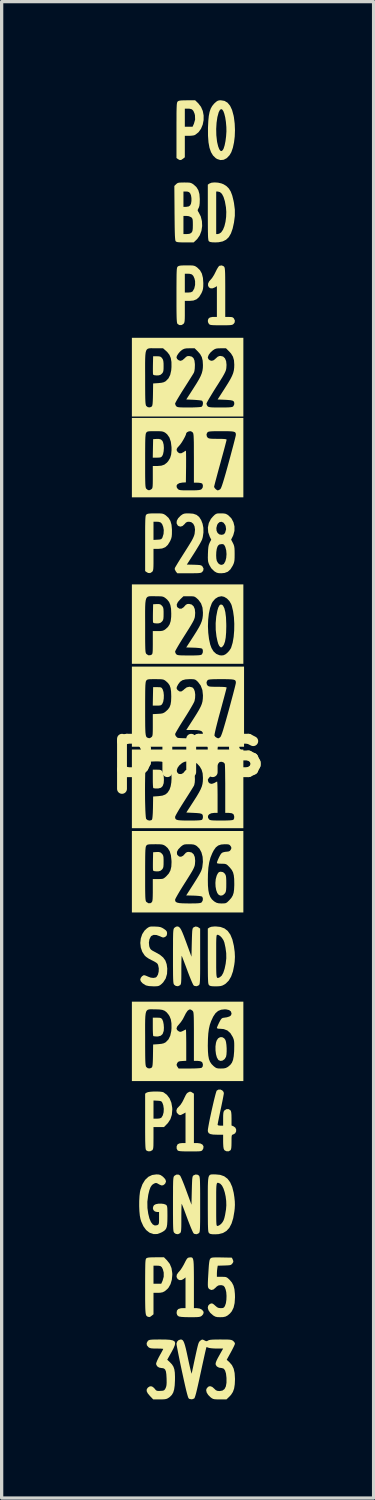
<source format=kicad_pcb>
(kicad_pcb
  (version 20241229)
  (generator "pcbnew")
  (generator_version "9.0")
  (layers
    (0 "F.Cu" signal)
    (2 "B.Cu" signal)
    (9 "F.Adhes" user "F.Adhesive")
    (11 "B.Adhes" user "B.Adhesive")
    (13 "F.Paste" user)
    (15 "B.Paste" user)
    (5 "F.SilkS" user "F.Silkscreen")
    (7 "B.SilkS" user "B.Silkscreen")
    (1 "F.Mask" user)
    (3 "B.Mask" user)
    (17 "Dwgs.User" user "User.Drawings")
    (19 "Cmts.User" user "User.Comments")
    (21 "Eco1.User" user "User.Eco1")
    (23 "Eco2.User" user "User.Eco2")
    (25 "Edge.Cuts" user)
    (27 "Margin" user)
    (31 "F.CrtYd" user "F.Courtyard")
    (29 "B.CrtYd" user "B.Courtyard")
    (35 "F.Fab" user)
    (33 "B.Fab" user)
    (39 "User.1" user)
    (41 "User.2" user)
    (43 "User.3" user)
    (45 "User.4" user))
  (footprint "pins"
    (layer "F.Cu")
    (at 2.656 19.744)
    (property "Reference" "pins" (at 0 0 0) (layer "F.SilkS") (effects (font (size 1.524 1.524) (thickness 0.3))))
    (attr board_only exclude_from_pos_files exclude_from_bom)
    (fp_poly (pts (xy -0.81 -9.427) (xy -0.767 -9.385) (xy -0.749 -9.348) (xy -0.729 -9.269) (xy -0.722 -9.171) (xy -0.729 -9.07) (xy -0.747 -8.982) (xy -0.769 -8.933) (xy -0.794 -8.901) (xy -0.826 -8.884) (xy -0.876 -8.877) (xy -0.933 -8.876) (xy -1.06 -8.876) (xy -1.055 -9.157) (xy -1.049 -9.438) (xy -0.966 -9.444) (xy -0.873 -9.445)) (stroke (width 0) (type solid)) (fill yes) (layer "F.SilkS"))
    (fp_poly (pts (xy -0.85 -1.895) (xy -0.808 -1.887) (xy -0.782 -1.866) (xy -0.759 -1.828) (xy -0.756 -1.822) (xy -0.733 -1.747) (xy -0.723 -1.65) (xy -0.726 -1.548) (xy -0.742 -1.455) (xy -0.769 -1.392) (xy -0.794 -1.359) (xy -0.825 -1.342) (xy -0.876 -1.336) (xy -0.933 -1.335) (xy -1.06 -1.335) (xy -1.055 -1.615) (xy -1.049 -1.896) (xy -0.922 -1.896)) (stroke (width 0) (type solid)) (fill yes) (layer "F.SilkS"))
    (fp_poly (pts (xy -0.859 0.616) (xy -0.815 0.626) (xy -0.787 0.646) (xy -0.77 0.669) (xy -0.744 0.733) (xy -0.727 0.822) (xy -0.721 0.921) (xy -0.727 1.015) (xy -0.729 1.028) (xy -0.759 1.112) (xy -0.811 1.163) (xy -0.892 1.185) (xy -0.929 1.186) (xy -0.991 1.184) (xy -1.035 1.177) (xy -1.045 1.172) (xy -1.05 1.147) (xy -1.055 1.088) (xy -1.058 1.003) (xy -1.059 0.901) (xy -1.059 0.886) (xy -1.059 0.614) (xy -0.933 0.614)) (stroke (width 0) (type solid)) (fill yes) (layer "F.SilkS"))
    (fp_poly (pts (xy -0.859 8.158) (xy -0.815 8.167) (xy -0.787 8.188) (xy -0.77 8.211) (xy -0.745 8.273) (xy -0.728 8.361) (xy -0.721 8.459) (xy -0.726 8.55) (xy -0.729 8.564) (xy -0.76 8.651) (xy -0.816 8.704) (xy -0.9 8.727) (xy -0.929 8.728) (xy -0.992 8.725) (xy -1.035 8.718) (xy -1.045 8.714) (xy -1.05 8.688) (xy -1.055 8.629) (xy -1.058 8.544) (xy -1.059 8.443) (xy -1.059 8.428) (xy -1.059 8.156) (xy -0.933 8.156)) (stroke (width 0) (type solid)) (fill yes) (layer "F.SilkS"))
    (fp_poly (pts (xy 1.11 8.781) (xy 1.149 8.834) (xy 1.167 8.893) (xy 1.18 8.982) (xy 1.187 9.084) (xy 1.187 9.188) (xy 1.181 9.28) (xy 1.168 9.346) (xy 1.167 9.348) (xy 1.125 9.416) (xy 1.068 9.458) (xy 1.005 9.471) (xy 0.947 9.45) (xy 0.928 9.432) (xy 0.889 9.362) (xy 0.862 9.264) (xy 0.848 9.149) (xy 0.847 9.031) (xy 0.862 8.921) (xy 0.882 8.855) (xy 0.926 8.786) (xy 0.986 8.75) (xy 1.05 8.748)) (stroke (width 0) (type solid)) (fill yes) (layer "F.SilkS"))
    (fp_poly (pts (xy -0.864 -11.956) (xy -0.821 -11.943) (xy -0.789 -11.916) (xy -0.776 -11.899) (xy -0.752 -11.86) (xy -0.739 -11.814) (xy -0.732 -11.748) (xy -0.731 -11.662) (xy -0.732 -11.572) (xy -0.738 -11.513) (xy -0.75 -11.474) (xy -0.772 -11.442) (xy -0.782 -11.431) (xy -0.825 -11.395) (xy -0.877 -11.379) (xy -0.936 -11.376) (xy -1.008 -11.382) (xy -1.046 -11.398) (xy -1.05 -11.404) (xy -1.054 -11.435) (xy -1.056 -11.499) (xy -1.056 -11.587) (xy -1.055 -11.689) (xy -1.055 -11.695) (xy -1.049 -11.959) (xy -0.934 -11.959)) (stroke (width 0) (type solid)) (fill yes) (layer "F.SilkS"))
    (fp_poly (pts (xy -0.828 3.13) (xy -0.791 3.16) (xy -0.783 3.168) (xy -0.758 3.199) (xy -0.742 3.233) (xy -0.734 3.281) (xy -0.731 3.354) (xy -0.731 3.411) (xy -0.732 3.503) (xy -0.737 3.564) (xy -0.748 3.605) (xy -0.767 3.636) (xy -0.782 3.653) (xy -0.825 3.688) (xy -0.878 3.704) (xy -0.936 3.707) (xy -1.008 3.701) (xy -1.046 3.685) (xy -1.05 3.68) (xy -1.054 3.649) (xy -1.056 3.585) (xy -1.056 3.497) (xy -1.055 3.394) (xy -1.055 3.388) (xy -1.049 3.125) (xy -0.942 3.118) (xy -0.873 3.118)) (stroke (width 0) (type solid)) (fill yes) (layer "F.SilkS"))
    (fp_poly (pts (xy -0.828 -4.412) (xy -0.791 -4.382) (xy -0.783 -4.374) (xy -0.758 -4.343) (xy -0.742 -4.309) (xy -0.734 -4.261) (xy -0.731 -4.188) (xy -0.731 -4.131) (xy -0.732 -4.039) (xy -0.737 -3.978) (xy -0.748 -3.937) (xy -0.767 -3.906) (xy -0.782 -3.889) (xy -0.825 -3.853) (xy -0.877 -3.837) (xy -0.936 -3.834) (xy -1.008 -3.84) (xy -1.046 -3.856) (xy -1.05 -3.862) (xy -1.054 -3.893) (xy -1.056 -3.957) (xy -1.056 -4.045) (xy -1.055 -4.148) (xy -1.055 -4.153) (xy -1.049 -4.417) (xy -0.942 -4.423) (xy -0.873 -4.424)) (stroke (width 0) (type solid)) (fill yes) (layer "F.SilkS"))
    (fp_poly (pts (xy 1.052 -4.399) (xy 1.076 -4.376) (xy 1.117 -4.296) (xy 1.147 -4.177) (xy 1.167 -4.018) (xy 1.175 -3.818) (xy 1.176 -3.75) (xy 1.171 -3.556) (xy 1.158 -3.4) (xy 1.136 -3.28) (xy 1.104 -3.191) (xy 1.073 -3.144) (xy 1.038 -3.11) (xy 1.012 -3.106) (xy 0.991 -3.118) (xy 0.959 -3.155) (xy 0.931 -3.214) (xy 0.906 -3.302) (xy 0.88 -3.426) (xy 0.877 -3.442) (xy 0.855 -3.636) (xy 0.853 -3.841) (xy 0.87 -4.042) (xy 0.905 -4.225) (xy 0.933 -4.317) (xy 0.968 -4.384) (xy 1.009 -4.411)) (stroke (width 0) (type solid)) (fill yes) (layer "F.SilkS"))
    (fp_poly (pts (xy 1.078 3.73) (xy 1.127 3.772) (xy 1.131 3.778) (xy 1.151 3.809) (xy 1.164 3.845) (xy 1.171 3.897) (xy 1.175 3.972) (xy 1.176 4.078) (xy 1.175 4.186) (xy 1.171 4.26) (xy 1.164 4.311) (xy 1.151 4.348) (xy 1.131 4.378) (xy 1.075 4.429) (xy 1.01 4.445) (xy 0.95 4.424) (xy 0.949 4.423) (xy 0.903 4.366) (xy 0.87 4.278) (xy 0.85 4.172) (xy 0.845 4.056) (xy 0.855 3.943) (xy 0.882 3.843) (xy 0.895 3.812) (xy 0.927 3.755) (xy 0.957 3.727) (xy 0.996 3.718) (xy 1.015 3.718)) (stroke (width 0) (type solid)) (fill yes) (layer "F.SilkS"))
    (fp_poly (pts (xy 0.106 10.412) (xy 0.135 10.43) (xy 0.191 10.466) (xy 0.191 11.969) (xy 0.297 11.969) (xy 0.389 11.982) (xy 0.452 12.016) (xy 0.483 12.068) (xy 0.478 12.131) (xy 0.454 12.176) (xy 0.44 12.194) (xy 0.422 12.206) (xy 0.393 12.215) (xy 0.346 12.22) (xy 0.275 12.222) (xy 0.173 12.223) (xy 0.074 12.223) (xy -0.059 12.223) (xy -0.157 12.22) (xy -0.224 12.216) (xy -0.268 12.209) (xy -0.295 12.198) (xy -0.306 12.19) (xy -0.334 12.135) (xy -0.334 12.069) (xy -0.308 12.012) (xy -0.3 12.004) (xy -0.245 11.978) (xy -0.163 11.969) (xy -0.064 11.969) (xy -0.064 11.041) (xy -0.145 11.085) (xy -0.198 11.112) (xy -0.232 11.119) (xy -0.264 11.106) (xy -0.283 11.094) (xy -0.331 11.042) (xy -0.342 10.978) (xy -0.317 10.912) (xy -0.269 10.862) (xy -0.218 10.808) (xy -0.164 10.726) (xy -0.131 10.663) (xy -0.088 10.573) (xy -0.058 10.512) (xy -0.035 10.474) (xy -0.015 10.451) (xy 0.008 10.434) (xy 0.026 10.424) (xy 0.069 10.405)) (stroke (width 0) (type solid)) (fill yes) (layer "F.SilkS"))
    (fp_poly (pts (xy 0.325 -19.651) (xy 0.407 -19.544) (xy 0.461 -19.419) (xy 0.487 -19.282) (xy 0.486 -19.141) (xy 0.459 -19.004) (xy 0.407 -18.878) (xy 0.331 -18.772) (xy 0.231 -18.694) (xy 0.219 -18.687) (xy 0.173 -18.674) (xy 0.102 -18.666) (xy 0.044 -18.663) (xy -0.085 -18.663) (xy -0.085 -18.01) (xy -0.141 -17.966) (xy -0.194 -17.931) (xy -0.237 -17.926) (xy -0.287 -17.951) (xy -0.292 -17.955) (xy -0.339 -17.988) (xy -0.339 -18.831) (xy -0.339 -18.939) (xy -0.085 -18.939) (xy 0.15 -18.939) (xy 0.191 -19.029) (xy 0.228 -19.158) (xy 0.223 -19.289) (xy 0.209 -19.343) (xy 0.174 -19.423) (xy 0.131 -19.468) (xy 0.067 -19.487) (xy 0.018 -19.49) (xy -0.085 -19.49) (xy -0.085 -18.939) (xy -0.339 -18.939) (xy -0.339 -19.043) (xy -0.338 -19.216) (xy -0.338 -19.355) (xy -0.336 -19.464) (xy -0.333 -19.547) (xy -0.33 -19.607) (xy -0.325 -19.649) (xy -0.319 -19.677) (xy -0.312 -19.695) (xy -0.302 -19.707) (xy -0.3 -19.709) (xy -0.275 -19.725) (xy -0.235 -19.735) (xy -0.172 -19.741) (xy -0.08 -19.743) (xy -0.016 -19.744) (xy 0.229 -19.744)) (stroke (width 0) (type solid)) (fill yes) (layer "F.SilkS"))
    (fp_poly (pts (xy 0.118 15.446) (xy 0.14 15.456) (xy 0.157 15.477) (xy 0.17 15.515) (xy 0.179 15.572) (xy 0.185 15.653) (xy 0.188 15.762) (xy 0.19 15.902) (xy 0.191 16.077) (xy 0.191 16.25) (xy 0.191 16.99) (xy 0.283 16.99) (xy 0.369 17.003) (xy 0.437 17.038) (xy 0.479 17.089) (xy 0.487 17.128) (xy 0.47 17.178) (xy 0.431 17.221) (xy 0.405 17.239) (xy 0.375 17.251) (xy 0.331 17.259) (xy 0.267 17.263) (xy 0.175 17.265) (xy 0.077 17.265) (xy -0.075 17.263) (xy -0.186 17.256) (xy -0.257 17.245) (xy -0.275 17.238) (xy -0.316 17.203) (xy -0.334 17.145) (xy -0.335 17.134) (xy -0.325 17.063) (xy -0.281 17.015) (xy -0.202 16.992) (xy -0.154 16.99) (xy -0.064 16.99) (xy -0.064 16.055) (xy -0.119 16.099) (xy -0.191 16.136) (xy -0.257 16.135) (xy -0.304 16.104) (xy -0.337 16.041) (xy -0.329 15.972) (xy -0.28 15.9) (xy -0.264 15.884) (xy -0.22 15.832) (xy -0.168 15.755) (xy -0.117 15.667) (xy -0.1 15.633) (xy -0.057 15.549) (xy -0.025 15.495) (xy 0.002 15.465) (xy 0.03 15.452) (xy 0.056 15.448) (xy 0.09 15.445)) (stroke (width 0) (type solid)) (fill yes) (layer "F.SilkS"))
    (fp_poly (pts (xy 1.099 -14.694) (xy 1.109 -14.684) (xy 1.118 -14.67) (xy 1.126 -14.648) (xy 1.132 -14.614) (xy 1.136 -14.563) (xy 1.14 -14.491) (xy 1.142 -14.394) (xy 1.143 -14.268) (xy 1.144 -14.108) (xy 1.144 -13.911) (xy 1.144 -13.155) (xy 1.259 -13.155) (xy 1.331 -13.152) (xy 1.375 -13.14) (xy 1.404 -13.113) (xy 1.408 -13.108) (xy 1.438 -13.041) (xy 1.427 -12.98) (xy 1.398 -12.944) (xy 1.379 -12.928) (xy 1.354 -12.916) (xy 1.316 -12.909) (xy 1.258 -12.904) (xy 1.174 -12.902) (xy 1.055 -12.901) (xy 1.02 -12.901) (xy 0.892 -12.902) (xy 0.799 -12.904) (xy 0.735 -12.908) (xy 0.694 -12.914) (xy 0.668 -12.925) (xy 0.65 -12.939) (xy 0.649 -12.94) (xy 0.622 -12.991) (xy 0.614 -13.034) (xy 0.629 -13.098) (xy 0.675 -13.138) (xy 0.755 -13.155) (xy 0.785 -13.155) (xy 0.89 -13.155) (xy 0.89 -14.092) (xy 0.838 -14.058) (xy 0.761 -14.025) (xy 0.696 -14.026) (xy 0.648 -14.055) (xy 0.622 -14.104) (xy 0.621 -14.166) (xy 0.652 -14.233) (xy 0.691 -14.278) (xy 0.745 -14.341) (xy 0.803 -14.432) (xy 0.849 -14.522) (xy 0.888 -14.601) (xy 0.926 -14.665) (xy 0.955 -14.703) (xy 0.964 -14.71) (xy 1.039 -14.722)) (stroke (width 0) (type solid)) (fill yes) (layer "F.SilkS"))
    (fp_poly (pts (xy 0.926 -17.239) (xy 1.03 -17.215) (xy 1.096 -17.188) (xy 1.184 -17.132) (xy 1.255 -17.06) (xy 1.312 -16.967) (xy 1.358 -16.845) (xy 1.396 -16.689) (xy 1.41 -16.619) (xy 1.436 -16.418) (xy 1.436 -16.228) (xy 1.41 -16.027) (xy 1.41 -16.026) (xy 1.369 -15.841) (xy 1.317 -15.694) (xy 1.252 -15.582) (xy 1.169 -15.503) (xy 1.067 -15.452) (xy 0.943 -15.427) (xy 0.848 -15.422) (xy 0.752 -15.425) (xy 0.689 -15.434) (xy 0.653 -15.451) (xy 0.648 -15.455) (xy 0.639 -15.468) (xy 0.632 -15.49) (xy 0.627 -15.525) (xy 0.622 -15.577) (xy 0.619 -15.651) (xy 0.619 -15.676) (xy 0.869 -15.676) (xy 0.919 -15.676) (xy 0.967 -15.691) (xy 1.019 -15.726) (xy 1.023 -15.731) (xy 1.076 -15.808) (xy 1.12 -15.917) (xy 1.152 -16.049) (xy 1.171 -16.196) (xy 1.176 -16.349) (xy 1.165 -16.498) (xy 1.164 -16.5) (xy 1.133 -16.673) (xy 1.092 -16.805) (xy 1.043 -16.898) (xy 0.983 -16.952) (xy 0.917 -16.969) (xy 0.869 -16.969) (xy 0.869 -15.676) (xy 0.619 -15.676) (xy 0.617 -15.749) (xy 0.616 -15.876) (xy 0.615 -16.036) (xy 0.614 -16.232) (xy 0.614 -16.333) (xy 0.614 -17.178) (xy 0.661 -17.211) (xy 0.729 -17.238) (xy 0.822 -17.246)) (stroke (width 0) (type solid)) (fill yes) (layer "F.SilkS"))
    (fp_poly (pts (xy -0.845 10.405) (xy -0.772 10.414) (xy -0.735 10.425) (xy -0.63 10.502) (xy -0.549 10.61) (xy -0.494 10.744) (xy -0.468 10.898) (xy -0.466 10.949) (xy -0.48 11.11) (xy -0.524 11.245) (xy -0.599 11.359) (xy -0.628 11.39) (xy -0.719 11.482) (xy -1.038 11.482) (xy -1.038 11.818) (xy -1.039 11.946) (xy -1.04 12.038) (xy -1.044 12.102) (xy -1.051 12.144) (xy -1.062 12.17) (xy -1.076 12.188) (xy -1.077 12.188) (xy -1.136 12.218) (xy -1.203 12.219) (xy -1.258 12.191) (xy -1.259 12.19) (xy -1.267 12.177) (xy -1.274 12.156) (xy -1.28 12.12) (xy -1.284 12.068) (xy -1.287 11.995) (xy -1.29 11.897) (xy -1.291 11.77) (xy -1.292 11.61) (xy -1.292 11.413) (xy -1.292 11.312) (xy -1.292 10.675) (xy -1.038 10.675) (xy -1.038 11.228) (xy -0.934 11.228) (xy -0.855 11.221) (xy -0.803 11.201) (xy -0.798 11.196) (xy -0.755 11.127) (xy -0.73 11.033) (xy -0.725 10.927) (xy -0.74 10.821) (xy -0.765 10.751) (xy -0.786 10.714) (xy -0.813 10.695) (xy -0.861 10.685) (xy -0.916 10.681) (xy -1.038 10.675) (xy -1.292 10.675) (xy -1.292 10.467) (xy -1.245 10.434) (xy -1.201 10.419) (xy -1.127 10.408) (xy -1.035 10.402) (xy -0.937 10.401)) (stroke (width 0) (type solid)) (fill yes) (layer "F.SilkS"))
    (fp_poly (pts (xy -0.628 15.535) (xy -0.543 15.644) (xy -0.49 15.772) (xy -0.467 15.925) (xy -0.466 15.976) (xy -0.48 16.125) (xy -0.52 16.26) (xy -0.582 16.37) (xy -0.62 16.411) (xy -0.691 16.472) (xy -0.757 16.506) (xy -0.834 16.521) (xy -0.91 16.524) (xy -1.038 16.524) (xy -1.038 17.177) (xy -1.094 17.221) (xy -1.136 17.252) (xy -1.165 17.261) (xy -1.2 17.253) (xy -1.208 17.251) (xy -1.228 17.242) (xy -1.245 17.23) (xy -1.259 17.21) (xy -1.27 17.179) (xy -1.278 17.132) (xy -1.284 17.066) (xy -1.288 16.977) (xy -1.29 16.861) (xy -1.292 16.713) (xy -1.292 16.531) (xy -1.292 16.341) (xy -1.292 16.129) (xy -1.291 15.955) (xy -1.29 15.815) (xy -1.288 15.706) (xy -1.288 15.698) (xy -1.038 15.698) (xy -1.038 16.248) (xy -0.803 16.248) (xy -0.762 16.158) (xy -0.727 16.035) (xy -0.727 15.907) (xy -0.753 15.809) (xy -0.783 15.748) (xy -0.817 15.715) (xy -0.87 15.701) (xy -0.937 15.698) (xy -1.038 15.698) (xy -1.288 15.698) (xy -1.286 15.624) (xy -1.282 15.564) (xy -1.277 15.523) (xy -1.27 15.496) (xy -1.262 15.48) (xy -1.259 15.477) (xy -1.235 15.462) (xy -1.195 15.452) (xy -1.132 15.446) (xy -1.036 15.444) (xy -0.972 15.443) (xy -0.719 15.443)) (stroke (width 0) (type solid)) (fill yes) (layer "F.SilkS"))
    (fp_poly (pts (xy 1.121 -19.726) (xy 1.214 -19.671) (xy 1.291 -19.578) (xy 1.352 -19.448) (xy 1.398 -19.278) (xy 1.408 -19.225) (xy 1.432 -19.032) (xy 1.44 -18.836) (xy 1.433 -18.643) (xy 1.411 -18.463) (xy 1.376 -18.301) (xy 1.329 -18.166) (xy 1.276 -18.074) (xy 1.19 -17.984) (xy 1.096 -17.935) (xy 0.998 -17.926) (xy 0.898 -17.958) (xy 0.853 -17.986) (xy 0.773 -18.064) (xy 0.711 -18.167) (xy 0.665 -18.3) (xy 0.635 -18.464) (xy 0.62 -18.663) (xy 0.619 -18.873) (xy 0.869 -18.873) (xy 0.873 -18.683) (xy 0.893 -18.502) (xy 0.9 -18.461) (xy 0.929 -18.341) (xy 0.962 -18.256) (xy 0.997 -18.208) (xy 1.034 -18.199) (xy 1.069 -18.229) (xy 1.094 -18.274) (xy 1.126 -18.375) (xy 1.152 -18.505) (xy 1.17 -18.65) (xy 1.18 -18.796) (xy 1.178 -18.928) (xy 1.164 -19.09) (xy 1.143 -19.226) (xy 1.116 -19.335) (xy 1.086 -19.415) (xy 1.052 -19.463) (xy 1.018 -19.476) (xy 0.983 -19.451) (xy 0.949 -19.388) (xy 0.944 -19.376) (xy 0.905 -19.232) (xy 0.88 -19.06) (xy 0.869 -18.873) (xy 0.619 -18.873) (xy 0.619 -18.899) (xy 0.62 -18.928) (xy 0.629 -19.116) (xy 0.644 -19.267) (xy 0.668 -19.389) (xy 0.701 -19.488) (xy 0.746 -19.569) (xy 0.803 -19.639) (xy 0.818 -19.654) (xy 0.876 -19.705) (xy 0.921 -19.732) (xy 0.971 -19.743) (xy 1.011 -19.744)) (stroke (width 0) (type solid)) (fill yes) (layer "F.SilkS"))
    (fp_poly (pts (xy -0.878 -7.181) (xy -0.807 -7.178) (xy -0.757 -7.17) (xy -0.719 -7.156) (xy -0.683 -7.134) (xy -0.663 -7.12) (xy -0.58 -7.044) (xy -0.524 -6.952) (xy -0.49 -6.836) (xy -0.477 -6.69) (xy -0.477 -6.652) (xy -0.478 -6.551) (xy -0.484 -6.478) (xy -0.498 -6.419) (xy -0.522 -6.36) (xy -0.535 -6.332) (xy -0.602 -6.223) (xy -0.679 -6.152) (xy -0.776 -6.113) (xy -0.896 -6.101) (xy -1.038 -6.101) (xy -1.038 -5.773) (xy -1.038 -5.647) (xy -1.04 -5.556) (xy -1.044 -5.493) (xy -1.051 -5.452) (xy -1.062 -5.425) (xy -1.077 -5.405) (xy -1.08 -5.402) (xy -1.139 -5.365) (xy -1.201 -5.369) (xy -1.245 -5.393) (xy -1.292 -5.426) (xy -1.292 -6.268) (xy -1.292 -6.374) (xy -1.038 -6.374) (xy -0.916 -6.381) (xy -0.846 -6.386) (xy -0.805 -6.398) (xy -0.78 -6.422) (xy -0.765 -6.449) (xy -0.732 -6.556) (xy -0.725 -6.674) (xy -0.742 -6.771) (xy -0.775 -6.854) (xy -0.816 -6.902) (xy -0.875 -6.923) (xy -0.935 -6.927) (xy -1.038 -6.927) (xy -1.038 -6.374) (xy -1.292 -6.374) (xy -1.292 -6.48) (xy -1.292 -6.654) (xy -1.291 -6.793) (xy -1.289 -6.902) (xy -1.287 -6.984) (xy -1.283 -7.045) (xy -1.279 -7.087) (xy -1.273 -7.115) (xy -1.265 -7.133) (xy -1.256 -7.144) (xy -1.254 -7.146) (xy -1.227 -7.163) (xy -1.186 -7.173) (xy -1.121 -7.179) (xy -1.025 -7.181) (xy -0.981 -7.181)) (stroke (width 0) (type solid)) (fill yes) (layer "F.SilkS"))
    (fp_poly (pts (xy 0.169 -7.171) (xy 0.271 -7.136) (xy 0.35 -7.073) (xy 0.412 -6.976) (xy 0.455 -6.866) (xy 0.479 -6.742) (xy 0.481 -6.601) (xy 0.461 -6.459) (xy 0.44 -6.387) (xy 0.419 -6.342) (xy 0.38 -6.269) (xy 0.325 -6.176) (xy 0.26 -6.069) (xy 0.194 -5.963) (xy -0.024 -5.624) (xy 0.195 -5.619) (xy 0.296 -5.615) (xy 0.363 -5.61) (xy 0.406 -5.6) (xy 0.434 -5.585) (xy 0.45 -5.569) (xy 0.484 -5.504) (xy 0.475 -5.442) (xy 0.445 -5.402) (xy 0.426 -5.386) (xy 0.402 -5.375) (xy 0.366 -5.368) (xy 0.31 -5.363) (xy 0.229 -5.361) (xy 0.116 -5.36) (xy 0.044 -5.36) (xy -0.315 -5.36) (xy -0.359 -5.416) (xy -0.39 -5.476) (xy -0.39 -5.515) (xy -0.375 -5.544) (xy -0.34 -5.603) (xy -0.289 -5.688) (xy -0.225 -5.791) (xy -0.151 -5.908) (xy -0.094 -5.998) (xy -0.002 -6.143) (xy 0.069 -6.258) (xy 0.123 -6.348) (xy 0.161 -6.42) (xy 0.187 -6.478) (xy 0.204 -6.527) (xy 0.213 -6.564) (xy 0.225 -6.687) (xy 0.21 -6.789) (xy 0.171 -6.866) (xy 0.11 -6.914) (xy 0.042 -6.927) (xy -0.016 -6.921) (xy -0.059 -6.894) (xy -0.094 -6.853) (xy -0.155 -6.797) (xy -0.219 -6.778) (xy -0.28 -6.797) (xy -0.304 -6.818) (xy -0.336 -6.881) (xy -0.33 -6.954) (xy -0.288 -7.033) (xy -0.212 -7.111) (xy -0.196 -7.123) (xy -0.151 -7.154) (xy -0.107 -7.172) (xy -0.049 -7.18) (xy 0.037 -7.181) (xy 0.038 -7.181)) (stroke (width 0) (type solid)) (fill yes) (layer "F.SilkS"))
    (fp_poly (pts (xy 0.074 -14.723) (xy 0.145 -14.72) (xy 0.194 -14.712) (xy 0.232 -14.698) (xy 0.268 -14.675) (xy 0.29 -14.66) (xy 0.375 -14.577) (xy 0.433 -14.473) (xy 0.466 -14.342) (xy 0.477 -14.183) (xy 0.475 -14.083) (xy 0.468 -14.011) (xy 0.452 -13.951) (xy 0.425 -13.887) (xy 0.418 -13.873) (xy 0.352 -13.765) (xy 0.274 -13.693) (xy 0.177 -13.654) (xy 0.057 -13.643) (xy -0.085 -13.643) (xy -0.085 -13.314) (xy -0.085 -13.188) (xy -0.087 -13.098) (xy -0.091 -13.035) (xy -0.098 -12.994) (xy -0.109 -12.967) (xy -0.124 -12.947) (xy -0.127 -12.944) (xy -0.187 -12.908) (xy -0.251 -12.907) (xy -0.304 -12.94) (xy -0.313 -12.953) (xy -0.32 -12.974) (xy -0.326 -13.007) (xy -0.33 -13.055) (xy -0.334 -13.124) (xy -0.336 -13.215) (xy -0.338 -13.335) (xy -0.339 -13.487) (xy -0.339 -13.674) (xy -0.339 -13.816) (xy -0.339 -13.897) (xy -0.085 -13.897) (xy 0.018 -13.897) (xy 0.099 -13.905) (xy 0.148 -13.929) (xy 0.153 -13.934) (xy 0.202 -14.02) (xy 0.227 -14.128) (xy 0.227 -14.243) (xy 0.209 -14.323) (xy 0.174 -14.402) (xy 0.131 -14.447) (xy 0.067 -14.466) (xy 0.018 -14.469) (xy -0.085 -14.469) (xy -0.085 -13.897) (xy -0.339 -13.897) (xy -0.339 -14.027) (xy -0.338 -14.2) (xy -0.337 -14.338) (xy -0.336 -14.446) (xy -0.333 -14.528) (xy -0.33 -14.588) (xy -0.325 -14.63) (xy -0.319 -14.657) (xy -0.311 -14.675) (xy -0.302 -14.686) (xy -0.3 -14.688) (xy -0.274 -14.704) (xy -0.232 -14.715) (xy -0.167 -14.721) (xy -0.071 -14.723) (xy -0.029 -14.723)) (stroke (width 0) (type solid)) (fill yes) (layer "F.SilkS"))
    (fp_poly (pts (xy 0.998 5.396) (xy 1.12 5.441) (xy 1.22 5.519) (xy 1.3 5.631) (xy 1.361 5.779) (xy 1.405 5.965) (xy 1.409 5.99) (xy 1.432 6.158) (xy 1.439 6.307) (xy 1.431 6.454) (xy 1.418 6.552) (xy 1.379 6.747) (xy 1.323 6.905) (xy 1.25 7.029) (xy 1.159 7.12) (xy 1.115 7.149) (xy 1.059 7.178) (xy 1.004 7.194) (xy 0.933 7.201) (xy 0.854 7.203) (xy 0.763 7.201) (xy 0.705 7.194) (xy 0.668 7.18) (xy 0.649 7.164) (xy 0.641 7.151) (xy 0.633 7.13) (xy 0.627 7.097) (xy 0.623 7.049) (xy 0.62 6.981) (xy 0.617 6.889) (xy 0.616 6.769) (xy 0.615 6.618) (xy 0.615 6.48) (xy 0.869 6.48) (xy 0.869 6.63) (xy 0.871 6.746) (xy 0.874 6.831) (xy 0.88 6.89) (xy 0.89 6.927) (xy 0.903 6.945) (xy 0.921 6.949) (xy 0.945 6.942) (xy 0.974 6.928) (xy 0.981 6.925) (xy 1.036 6.878) (xy 1.084 6.792) (xy 1.125 6.669) (xy 1.158 6.512) (xy 1.158 6.51) (xy 1.176 6.35) (xy 1.174 6.194) (xy 1.152 6.029) (xy 1.118 5.872) (xy 1.089 5.798) (xy 1.042 5.727) (xy 0.988 5.671) (xy 0.934 5.639) (xy 0.914 5.635) (xy 0.901 5.636) (xy 0.891 5.641) (xy 0.883 5.655) (xy 0.878 5.682) (xy 0.874 5.727) (xy 0.871 5.794) (xy 0.869 5.887) (xy 0.869 6.011) (xy 0.869 6.17) (xy 0.869 6.292) (xy 0.869 6.48) (xy 0.615 6.48) (xy 0.614 6.431) (xy 0.614 6.286) (xy 0.614 5.447) (xy 0.661 5.414) (xy 0.724 5.391) (xy 0.826 5.381) (xy 0.853 5.381)) (stroke (width 0) (type solid)) (fill yes) (layer "F.SilkS"))
    (fp_poly (pts (xy -0.875 12.926) (xy -0.822 12.943) (xy -0.768 12.979) (xy -0.745 12.998) (xy -0.681 13.067) (xy -0.657 13.13) (xy -0.675 13.189) (xy -0.699 13.219) (xy -0.746 13.253) (xy -0.797 13.257) (xy -0.862 13.229) (xy -0.884 13.216) (xy -0.934 13.188) (xy -0.971 13.183) (xy -1.014 13.198) (xy -1.026 13.204) (xy -1.082 13.243) (xy -1.127 13.308) (xy -1.163 13.403) (xy -1.195 13.533) (xy -1.198 13.549) (xy -1.225 13.753) (xy -1.222 13.946) (xy -1.198 14.116) (xy -1.162 14.262) (xy -1.115 14.372) (xy -1.06 14.444) (xy -0.998 14.476) (xy -0.929 14.468) (xy -0.922 14.465) (xy -0.896 14.451) (xy -0.881 14.431) (xy -0.872 14.396) (xy -0.869 14.337) (xy -0.869 14.254) (xy -0.869 14.066) (xy -0.929 14.066) (xy -0.996 14.049) (xy -1.041 14.006) (xy -1.057 13.947) (xy -1.04 13.884) (xy -1.017 13.855) (xy -0.967 13.828) (xy -0.891 13.813) (xy -0.805 13.811) (xy -0.724 13.821) (xy -0.664 13.843) (xy -0.661 13.845) (xy -0.643 13.86) (xy -0.631 13.879) (xy -0.622 13.91) (xy -0.617 13.959) (xy -0.615 14.034) (xy -0.614 14.141) (xy -0.614 14.197) (xy -0.616 14.338) (xy -0.622 14.444) (xy -0.635 14.522) (xy -0.658 14.579) (xy -0.694 14.622) (xy -0.745 14.659) (xy -0.806 14.692) (xy -0.923 14.735) (xy -1.033 14.738) (xy -1.144 14.701) (xy -1.167 14.689) (xy -1.263 14.613) (xy -1.345 14.499) (xy -1.411 14.354) (xy -1.434 14.278) (xy -1.454 14.173) (xy -1.467 14.038) (xy -1.473 13.886) (xy -1.472 13.73) (xy -1.464 13.582) (xy -1.449 13.456) (xy -1.434 13.388) (xy -1.374 13.221) (xy -1.294 13.09) (xy -1.195 12.996) (xy -1.078 12.94) (xy -0.949 12.922)) (stroke (width 0) (type solid)) (fill yes) (layer "F.SilkS"))
    (fp_poly (pts (xy 1.054 10.368) (xy 1.093 10.414) (xy 1.102 10.456) (xy 1.097 10.489) (xy 1.085 10.555) (xy 1.067 10.65) (xy 1.043 10.766) (xy 1.016 10.897) (xy 1.006 10.942) (xy 0.978 11.075) (xy 0.953 11.194) (xy 0.933 11.294) (xy 0.919 11.367) (xy 0.912 11.408) (xy 0.911 11.413) (xy 0.931 11.432) (xy 0.987 11.439) (xy 0.996 11.44) (xy 1.08 11.44) (xy 1.08 11.228) (xy 1.081 11.128) (xy 1.086 11.061) (xy 1.095 11.017) (xy 1.11 10.988) (xy 1.123 10.973) (xy 1.183 10.937) (xy 1.247 10.937) (xy 1.3 10.97) (xy 1.317 10.998) (xy 1.327 11.043) (xy 1.333 11.112) (xy 1.335 11.215) (xy 1.335 11.221) (xy 1.335 11.434) (xy 1.398 11.461) (xy 1.452 11.501) (xy 1.477 11.559) (xy 1.474 11.62) (xy 1.445 11.673) (xy 1.389 11.706) (xy 1.388 11.706) (xy 1.364 11.714) (xy 1.349 11.727) (xy 1.34 11.755) (xy 1.336 11.804) (xy 1.335 11.884) (xy 1.335 11.938) (xy 1.333 12.045) (xy 1.328 12.117) (xy 1.318 12.163) (xy 1.302 12.189) (xy 1.301 12.19) (xy 1.246 12.22) (xy 1.181 12.219) (xy 1.126 12.191) (xy 1.113 12.176) (xy 1.096 12.138) (xy 1.086 12.076) (xy 1.081 11.984) (xy 1.08 11.922) (xy 1.08 11.715) (xy 0.894 11.715) (xy 0.776 11.711) (xy 0.694 11.696) (xy 0.643 11.669) (xy 0.619 11.626) (xy 0.614 11.587) (xy 0.619 11.54) (xy 0.632 11.462) (xy 0.651 11.358) (xy 0.675 11.236) (xy 0.704 11.101) (xy 0.734 10.962) (xy 0.766 10.823) (xy 0.796 10.692) (xy 0.825 10.575) (xy 0.85 10.479) (xy 0.87 10.411) (xy 0.883 10.377) (xy 0.884 10.375) (xy 0.937 10.343) (xy 0.998 10.342)) (stroke (width 0) (type solid)) (fill yes) (layer "F.SilkS"))
    (fp_poly (pts (xy -0.985 5.385) (xy -0.893 5.39) (xy -0.829 5.401) (xy -0.776 5.422) (xy -0.721 5.455) (xy -0.72 5.456) (xy -0.663 5.498) (xy -0.635 5.534) (xy -0.625 5.576) (xy -0.625 5.593) (xy -0.634 5.651) (xy -0.668 5.689) (xy -0.682 5.697) (xy -0.72 5.715) (xy -0.754 5.716) (xy -0.801 5.699) (xy -0.836 5.682) (xy -0.946 5.642) (xy -1.034 5.638) (xy -1.102 5.67) (xy -1.12 5.689) (xy -1.162 5.772) (xy -1.178 5.874) (xy -1.168 5.979) (xy -1.16 6.006) (xy -1.141 6.051) (xy -1.114 6.086) (xy -1.069 6.118) (xy -0.996 6.157) (xy -0.98 6.165) (xy -0.844 6.242) (xy -0.745 6.324) (xy -0.677 6.417) (xy -0.637 6.53) (xy -0.619 6.662) (xy -0.626 6.824) (xy -0.667 6.965) (xy -0.742 7.081) (xy -0.789 7.128) (xy -0.835 7.165) (xy -0.873 7.187) (xy -0.918 7.198) (xy -0.982 7.202) (xy -1.047 7.202) (xy -1.174 7.195) (xy -1.262 7.176) (xy -1.282 7.167) (xy -1.369 7.111) (xy -1.423 7.051) (xy -1.441 6.998) (xy -1.425 6.945) (xy -1.387 6.896) (xy -1.34 6.866) (xy -1.323 6.864) (xy -1.285 6.873) (xy -1.228 6.896) (xy -1.208 6.906) (xy -1.122 6.938) (xy -1.039 6.947) (xy -0.972 6.934) (xy -0.946 6.917) (xy -0.903 6.848) (xy -0.88 6.755) (xy -0.877 6.654) (xy -0.897 6.558) (xy -0.913 6.521) (xy -0.942 6.493) (xy -0.999 6.456) (xy -1.073 6.417) (xy -1.087 6.411) (xy -1.184 6.36) (xy -1.265 6.304) (xy -1.306 6.265) (xy -1.38 6.152) (xy -1.424 6.022) (xy -1.439 5.883) (xy -1.424 5.746) (xy -1.381 5.617) (xy -1.31 5.507) (xy -1.243 5.444) (xy -1.196 5.411) (xy -1.156 5.392) (xy -1.109 5.383) (xy -1.041 5.383)) (stroke (width 0) (type solid)) (fill yes) (layer "F.SilkS"))
    (fp_poly (pts (xy -0.006 -17.243) (xy 0.059 -17.239) (xy 0.104 -17.228) (xy 0.144 -17.208) (xy 0.185 -17.18) (xy 0.269 -17.102) (xy 0.326 -17.008) (xy 0.359 -16.891) (xy 0.37 -16.743) (xy 0.37 -16.725) (xy 0.367 -16.615) (xy 0.358 -16.536) (xy 0.34 -16.479) (xy 0.332 -16.465) (xy 0.309 -16.417) (xy 0.307 -16.385) (xy 0.328 -16.348) (xy 0.335 -16.338) (xy 0.4 -16.211) (xy 0.435 -16.069) (xy 0.442 -15.92) (xy 0.42 -15.773) (xy 0.37 -15.639) (xy 0.294 -15.527) (xy 0.269 -15.502) (xy 0.184 -15.422) (xy -0.075 -15.422) (xy -0.188 -15.423) (xy -0.266 -15.426) (xy -0.317 -15.433) (xy -0.347 -15.444) (xy -0.363 -15.457) (xy -0.371 -15.474) (xy -0.377 -15.507) (xy -0.382 -15.559) (xy -0.387 -15.635) (xy -0.388 -15.676) (xy -0.127 -15.676) (xy -0.024 -15.676) (xy 0.051 -15.682) (xy 0.1 -15.704) (xy 0.119 -15.721) (xy 0.139 -15.751) (xy 0.151 -15.791) (xy 0.157 -15.854) (xy 0.159 -15.948) (xy 0.159 -15.956) (xy 0.158 -16.048) (xy 0.154 -16.108) (xy 0.144 -16.145) (xy 0.126 -16.171) (xy 0.109 -16.187) (xy 0.038 -16.219) (xy -0.034 -16.227) (xy -0.127 -16.227) (xy -0.127 -15.676) (xy -0.388 -15.676) (xy -0.39 -15.737) (xy -0.393 -15.869) (xy -0.395 -16.036) (xy -0.397 -16.24) (xy -0.398 -16.315) (xy -0.399 -16.503) (xy -0.127 -16.503) (xy -0.046 -16.503) (xy 0.033 -16.516) (xy 0.076 -16.547) (xy 0.103 -16.601) (xy 0.116 -16.681) (xy 0.116 -16.77) (xy 0.103 -16.853) (xy 0.079 -16.911) (xy 0.044 -16.951) (xy -0.004 -16.967) (xy -0.043 -16.969) (xy -0.127 -16.969) (xy -0.127 -16.503) (xy -0.399 -16.503) (xy -0.404 -17.139) (xy -0.351 -17.191) (xy -0.323 -17.216) (xy -0.292 -17.232) (xy -0.248 -17.24) (xy -0.18 -17.243) (xy -0.1 -17.244)) (stroke (width 0) (type solid)) (fill yes) (layer "F.SilkS"))
    (fp_poly (pts (xy 0.833 12.922) (xy 0.844 12.922) (xy 0.99 12.936) (xy 1.112 12.979) (xy 1.213 13.054) (xy 1.293 13.161) (xy 1.356 13.303) (xy 1.401 13.481) (xy 1.422 13.618) (xy 1.435 13.744) (xy 1.438 13.851) (xy 1.432 13.963) (xy 1.422 14.049) (xy 1.387 14.252) (xy 1.336 14.417) (xy 1.268 14.547) (xy 1.181 14.642) (xy 1.074 14.705) (xy 0.944 14.738) (xy 0.841 14.744) (xy 0.753 14.742) (xy 0.697 14.734) (xy 0.662 14.717) (xy 0.649 14.706) (xy 0.641 14.692) (xy 0.633 14.671) (xy 0.627 14.639) (xy 0.623 14.59) (xy 0.62 14.522) (xy 0.617 14.43) (xy 0.616 14.31) (xy 0.615 14.159) (xy 0.614 13.972) (xy 0.614 13.83) (xy 0.614 13.791) (xy 0.869 13.791) (xy 0.869 13.833) (xy 0.869 14.017) (xy 0.869 14.163) (xy 0.87 14.275) (xy 0.872 14.358) (xy 0.875 14.417) (xy 0.879 14.455) (xy 0.886 14.477) (xy 0.894 14.487) (xy 0.905 14.49) (xy 0.914 14.49) (xy 0.955 14.475) (xy 1.006 14.438) (xy 1.027 14.418) (xy 1.064 14.372) (xy 1.094 14.318) (xy 1.118 14.248) (xy 1.14 14.153) (xy 1.161 14.026) (xy 1.167 13.992) (xy 1.177 13.863) (xy 1.173 13.727) (xy 1.156 13.591) (xy 1.128 13.464) (xy 1.091 13.352) (xy 1.047 13.265) (xy 0.998 13.21) (xy 0.981 13.2) (xy 0.95 13.186) (xy 0.926 13.177) (xy 0.906 13.178) (xy 0.892 13.193) (xy 0.882 13.225) (xy 0.875 13.279) (xy 0.871 13.359) (xy 0.869 13.468) (xy 0.869 13.611) (xy 0.869 13.791) (xy 0.614 13.791) (xy 0.614 13.61) (xy 0.614 13.428) (xy 0.615 13.281) (xy 0.619 13.166) (xy 0.625 13.078) (xy 0.635 13.014) (xy 0.65 12.97) (xy 0.671 12.943) (xy 0.699 12.928) (xy 0.735 12.922) (xy 0.779 12.921)) (stroke (width 0) (type solid)) (fill yes) (layer "F.SilkS"))
    (fp_poly (pts (xy -0.658 17.945) (xy -0.535 17.953) (xy -0.45 17.971) (xy -0.398 18.001) (xy -0.379 18.048) (xy -0.389 18.114) (xy -0.425 18.202) (xy -0.485 18.317) (xy -0.501 18.345) (xy -0.62 18.558) (xy -0.536 18.637) (xy -0.475 18.702) (xy -0.432 18.77) (xy -0.404 18.851) (xy -0.389 18.952) (xy -0.384 19.081) (xy -0.385 19.185) (xy -0.393 19.341) (xy -0.41 19.462) (xy -0.438 19.556) (xy -0.48 19.628) (xy -0.538 19.687) (xy -0.569 19.71) (xy -0.611 19.736) (xy -0.652 19.752) (xy -0.704 19.761) (xy -0.78 19.765) (xy -0.847 19.765) (xy -1.046 19.765) (xy -1.148 19.659) (xy -1.215 19.578) (xy -1.246 19.512) (xy -1.242 19.454) (xy -1.208 19.405) (xy -1.147 19.367) (xy -1.084 19.37) (xy -1.023 19.415) (xy -1.004 19.438) (xy -0.969 19.48) (xy -0.936 19.502) (xy -0.892 19.508) (xy -0.828 19.506) (xy -0.759 19.501) (xy -0.718 19.489) (xy -0.692 19.462) (xy -0.671 19.426) (xy -0.654 19.383) (xy -0.643 19.332) (xy -0.638 19.263) (xy -0.639 19.166) (xy -0.64 19.126) (xy -0.647 19.002) (xy -0.66 18.914) (xy -0.684 18.857) (xy -0.72 18.825) (xy -0.771 18.813) (xy -0.795 18.812) (xy -0.87 18.796) (xy -0.928 18.756) (xy -0.957 18.698) (xy -0.959 18.68) (xy -0.948 18.639) (xy -0.921 18.573) (xy -0.881 18.491) (xy -0.85 18.433) (xy -0.805 18.352) (xy -0.769 18.286) (xy -0.747 18.242) (xy -0.741 18.229) (xy -0.761 18.225) (xy -0.814 18.221) (xy -0.89 18.219) (xy -0.94 18.219) (xy -1.038 18.217) (xy -1.104 18.212) (xy -1.15 18.201) (xy -1.184 18.182) (xy -1.194 18.175) (xy -1.24 18.117) (xy -1.246 18.053) (xy -1.212 17.99) (xy -1.208 17.985) (xy -1.189 17.97) (xy -1.164 17.958) (xy -1.126 17.951) (xy -1.07 17.946) (xy -0.987 17.944) (xy -0.87 17.943) (xy -0.82 17.943)) (stroke (width 0) (type solid)) (fill yes) (layer "F.SilkS"))
    (fp_poly (pts (xy -0.288 5.385) (xy -0.258 5.401) (xy -0.228 5.432) (xy -0.196 5.484) (xy -0.16 5.561) (xy -0.117 5.667) (xy -0.064 5.808) (xy -0.04 5.872) (xy 0.117 6.302) (xy 0.127 5.872) (xy 0.131 5.725) (xy 0.135 5.615) (xy 0.139 5.536) (xy 0.145 5.482) (xy 0.153 5.447) (xy 0.163 5.426) (xy 0.177 5.412) (xy 0.179 5.411) (xy 0.241 5.383) (xy 0.303 5.395) (xy 0.334 5.414) (xy 0.381 5.447) (xy 0.381 6.29) (xy 0.381 6.501) (xy 0.381 6.675) (xy 0.38 6.814) (xy 0.378 6.923) (xy 0.376 7.006) (xy 0.372 7.066) (xy 0.368 7.108) (xy 0.362 7.136) (xy 0.354 7.154) (xy 0.345 7.166) (xy 0.343 7.168) (xy 0.28 7.199) (xy 0.213 7.192) (xy 0.185 7.176) (xy 0.167 7.149) (xy 0.138 7.088) (xy 0.1 7) (xy 0.056 6.891) (xy 0.008 6.766) (xy -0.01 6.717) (xy -0.057 6.59) (xy -0.1 6.477) (xy -0.136 6.383) (xy -0.162 6.315) (xy -0.178 6.278) (xy -0.18 6.274) (xy -0.183 6.291) (xy -0.186 6.344) (xy -0.188 6.428) (xy -0.19 6.535) (xy -0.191 6.661) (xy -0.191 6.698) (xy -0.191 6.846) (xy -0.192 6.957) (xy -0.195 7.037) (xy -0.199 7.092) (xy -0.206 7.129) (xy -0.216 7.152) (xy -0.229 7.167) (xy -0.229 7.168) (xy -0.292 7.199) (xy -0.358 7.191) (xy -0.403 7.16) (xy -0.413 7.148) (xy -0.422 7.133) (xy -0.429 7.109) (xy -0.434 7.074) (xy -0.438 7.023) (xy -0.441 6.952) (xy -0.443 6.857) (xy -0.444 6.734) (xy -0.445 6.579) (xy -0.445 6.387) (xy -0.445 6.292) (xy -0.445 6.083) (xy -0.444 5.912) (xy -0.444 5.775) (xy -0.442 5.669) (xy -0.44 5.588) (xy -0.436 5.529) (xy -0.431 5.488) (xy -0.425 5.46) (xy -0.417 5.441) (xy -0.407 5.428) (xy -0.403 5.423) (xy -0.358 5.392) (xy -0.322 5.381)) (stroke (width 0) (type solid)) (fill yes) (layer "F.SilkS"))
    (fp_poly (pts (xy 1.036 15.448) (xy 1.345 15.454) (xy 1.374 15.515) (xy 1.391 15.562) (xy 1.383 15.598) (xy 1.361 15.631) (xy 1.339 15.657) (xy 1.313 15.674) (xy 1.274 15.684) (xy 1.212 15.689) (xy 1.118 15.693) (xy 0.916 15.699) (xy 0.903 15.778) (xy 0.894 15.853) (xy 0.89 15.936) (xy 0.89 15.946) (xy 0.89 16.037) (xy 1.036 16.037) (xy 1.114 16.038) (xy 1.166 16.045) (xy 1.206 16.065) (xy 1.251 16.104) (xy 1.277 16.129) (xy 1.346 16.21) (xy 1.394 16.303) (xy 1.424 16.416) (xy 1.438 16.557) (xy 1.441 16.659) (xy 1.43 16.833) (xy 1.398 16.974) (xy 1.343 17.086) (xy 1.287 17.153) (xy 1.217 17.212) (xy 1.153 17.246) (xy 1.079 17.262) (xy 0.99 17.265) (xy 0.907 17.262) (xy 0.848 17.25) (xy 0.796 17.223) (xy 0.77 17.205) (xy 0.688 17.132) (xy 0.635 17.055) (xy 0.613 16.982) (xy 0.624 16.918) (xy 0.661 16.875) (xy 0.709 16.848) (xy 0.751 16.848) (xy 0.798 16.877) (xy 0.841 16.916) (xy 0.897 16.963) (xy 0.949 16.985) (xy 1.009 16.99) (xy 1.069 16.986) (xy 1.105 16.968) (xy 1.133 16.928) (xy 1.136 16.921) (xy 1.164 16.84) (xy 1.179 16.734) (xy 1.183 16.617) (xy 1.175 16.505) (xy 1.156 16.422) (xy 1.127 16.35) (xy 1.092 16.31) (xy 1.041 16.293) (xy 0.987 16.291) (xy 0.93 16.302) (xy 0.877 16.339) (xy 0.853 16.365) (xy 0.786 16.422) (xy 0.721 16.438) (xy 0.662 16.412) (xy 0.645 16.396) (xy 0.632 16.379) (xy 0.623 16.357) (xy 0.617 16.326) (xy 0.615 16.278) (xy 0.616 16.207) (xy 0.62 16.107) (xy 0.628 15.973) (xy 0.63 15.938) (xy 0.639 15.791) (xy 0.647 15.679) (xy 0.656 15.599) (xy 0.665 15.544) (xy 0.676 15.508) (xy 0.689 15.485) (xy 0.691 15.483) (xy 0.709 15.467) (xy 0.733 15.456) (xy 0.771 15.45) (xy 0.829 15.447) (xy 0.916 15.446)) (stroke (width 0) (type solid)) (fill yes) (layer "F.SilkS"))
    (fp_poly (pts (xy 0.31 12.934) (xy 0.346 12.961) (xy 0.355 12.974) (xy 0.362 12.995) (xy 0.368 13.028) (xy 0.373 13.077) (xy 0.376 13.145) (xy 0.378 13.237) (xy 0.38 13.356) (xy 0.381 13.508) (xy 0.381 13.695) (xy 0.381 13.837) (xy 0.381 14.048) (xy 0.381 14.221) (xy 0.38 14.359) (xy 0.378 14.467) (xy 0.376 14.549) (xy 0.372 14.609) (xy 0.368 14.651) (xy 0.361 14.678) (xy 0.354 14.696) (xy 0.344 14.708) (xy 0.343 14.709) (xy 0.28 14.741) (xy 0.213 14.734) (xy 0.185 14.718) (xy 0.167 14.691) (xy 0.138 14.63) (xy 0.1 14.542) (xy 0.056 14.432) (xy 0.008 14.308) (xy -0.01 14.259) (xy -0.057 14.132) (xy -0.099 14.019) (xy -0.135 13.925) (xy -0.162 13.857) (xy -0.177 13.821) (xy -0.179 13.816) (xy -0.183 13.833) (xy -0.186 13.886) (xy -0.188 13.969) (xy -0.19 14.077) (xy -0.191 14.202) (xy -0.191 14.24) (xy -0.191 14.387) (xy -0.192 14.498) (xy -0.195 14.579) (xy -0.199 14.634) (xy -0.206 14.67) (xy -0.216 14.693) (xy -0.229 14.709) (xy -0.229 14.709) (xy -0.292 14.741) (xy -0.358 14.733) (xy -0.403 14.702) (xy -0.413 14.69) (xy -0.422 14.674) (xy -0.429 14.651) (xy -0.434 14.616) (xy -0.438 14.565) (xy -0.441 14.494) (xy -0.443 14.399) (xy -0.444 14.276) (xy -0.445 14.12) (xy -0.445 13.928) (xy -0.445 13.833) (xy -0.445 13.624) (xy -0.444 13.454) (xy -0.444 13.317) (xy -0.442 13.21) (xy -0.44 13.13) (xy -0.436 13.071) (xy -0.431 13.029) (xy -0.425 13.001) (xy -0.417 12.983) (xy -0.407 12.97) (xy -0.403 12.965) (xy -0.341 12.928) (xy -0.276 12.929) (xy -0.232 12.955) (xy -0.214 12.984) (xy -0.185 13.047) (xy -0.147 13.137) (xy -0.103 13.247) (xy -0.056 13.372) (xy -0.04 13.416) (xy 0.117 13.844) (xy 0.127 13.413) (xy 0.131 13.267) (xy 0.135 13.157) (xy 0.139 13.078) (xy 0.145 13.024) (xy 0.153 12.989) (xy 0.163 12.967) (xy 0.177 12.954) (xy 0.179 12.952) (xy 0.245 12.925)) (stroke (width 0) (type solid)) (fill yes) (layer "F.SilkS"))
    (fp_poly (pts (xy 1.095 -7.179) (xy 1.153 -7.169) (xy 1.201 -7.147) (xy 1.243 -7.118) (xy 1.332 -7.028) (xy 1.393 -6.913) (xy 1.425 -6.784) (xy 1.424 -6.649) (xy 1.389 -6.519) (xy 1.377 -6.491) (xy 1.323 -6.383) (xy 1.377 -6.28) (xy 1.401 -6.229) (xy 1.416 -6.18) (xy 1.425 -6.122) (xy 1.429 -6.043) (xy 1.43 -5.943) (xy 1.429 -5.836) (xy 1.425 -5.759) (xy 1.415 -5.701) (xy 1.399 -5.65) (xy 1.373 -5.593) (xy 1.371 -5.59) (xy 1.303 -5.48) (xy 1.223 -5.407) (xy 1.123 -5.369) (xy 1.024 -5.36) (xy 0.943 -5.363) (xy 0.884 -5.378) (xy 0.828 -5.41) (xy 0.806 -5.425) (xy 0.717 -5.514) (xy 0.664 -5.605) (xy 0.64 -5.66) (xy 0.625 -5.71) (xy 0.618 -5.766) (xy 0.615 -5.839) (xy 0.617 -5.904) (xy 0.868 -5.904) (xy 0.873 -5.809) (xy 0.887 -5.738) (xy 0.888 -5.735) (xy 0.929 -5.665) (xy 0.984 -5.624) (xy 1.042 -5.615) (xy 1.097 -5.641) (xy 1.106 -5.651) (xy 1.148 -5.726) (xy 1.174 -5.827) (xy 1.183 -5.941) (xy 1.174 -6.055) (xy 1.147 -6.156) (xy 1.135 -6.183) (xy 1.106 -6.229) (xy 1.071 -6.246) (xy 1.021 -6.245) (xy 0.964 -6.234) (xy 0.928 -6.203) (xy 0.906 -6.165) (xy 0.885 -6.098) (xy 0.872 -6.006) (xy 0.868 -5.904) (xy 0.617 -5.904) (xy 0.617 -5.941) (xy 0.618 -5.959) (xy 0.623 -6.074) (xy 0.631 -6.158) (xy 0.644 -6.221) (xy 0.664 -6.274) (xy 0.671 -6.29) (xy 0.718 -6.383) (xy 0.675 -6.467) (xy 0.626 -6.606) (xy 0.617 -6.736) (xy 0.874 -6.736) (xy 0.88 -6.652) (xy 0.912 -6.585) (xy 0.966 -6.541) (xy 1.037 -6.529) (xy 1.096 -6.543) (xy 1.132 -6.579) (xy 1.142 -6.599) (xy 1.17 -6.699) (xy 1.156 -6.796) (xy 1.142 -6.83) (xy 1.093 -6.897) (xy 1.034 -6.925) (xy 0.974 -6.917) (xy 0.921 -6.871) (xy 0.897 -6.828) (xy 0.874 -6.736) (xy 0.617 -6.736) (xy 0.616 -6.749) (xy 0.644 -6.887) (xy 0.708 -7.013) (xy 0.766 -7.081) (xy 0.82 -7.134) (xy 0.862 -7.164) (xy 0.905 -7.178) (xy 0.967 -7.181) (xy 1.012 -7.181)) (stroke (width 0) (type solid)) (fill yes) (layer "F.SilkS"))
    (fp_poly (pts (xy 1.125 17.944) (xy 1.217 17.945) (xy 1.281 17.949) (xy 1.325 17.957) (xy 1.355 17.968) (xy 1.38 17.983) (xy 1.385 17.987) (xy 1.423 18.027) (xy 1.44 18.065) (xy 1.44 18.066) (xy 1.431 18.098) (xy 1.404 18.158) (xy 1.364 18.238) (xy 1.316 18.329) (xy 1.315 18.331) (xy 1.189 18.56) (xy 1.272 18.635) (xy 1.348 18.723) (xy 1.4 18.83) (xy 1.43 18.964) (xy 1.44 19.13) (xy 1.441 19.143) (xy 1.434 19.305) (xy 1.414 19.434) (xy 1.377 19.538) (xy 1.321 19.625) (xy 1.277 19.673) (xy 1.182 19.765) (xy 0.981 19.765) (xy 0.886 19.764) (xy 0.821 19.76) (xy 0.777 19.75) (xy 0.74 19.732) (xy 0.7 19.703) (xy 0.699 19.702) (xy 0.626 19.63) (xy 0.579 19.555) (xy 0.564 19.485) (xy 0.574 19.442) (xy 0.622 19.382) (xy 0.68 19.362) (xy 0.745 19.383) (xy 0.808 19.437) (xy 0.857 19.484) (xy 0.904 19.505) (xy 0.969 19.511) (xy 0.975 19.511) (xy 1.06 19.496) (xy 1.122 19.45) (xy 1.162 19.372) (xy 1.182 19.26) (xy 1.182 19.111) (xy 1.182 19.111) (xy 1.167 18.979) (xy 1.139 18.887) (xy 1.098 18.831) (xy 1.043 18.812) (xy 1.038 18.812) (xy 0.954 18.799) (xy 0.889 18.763) (xy 0.855 18.712) (xy 0.855 18.71) (xy 0.851 18.679) (xy 0.859 18.64) (xy 0.879 18.587) (xy 0.915 18.513) (xy 0.97 18.414) (xy 1.005 18.351) (xy 1.08 18.219) (xy 0.891 18.219) (xy 0.798 18.216) (xy 0.715 18.209) (xy 0.655 18.2) (xy 0.642 18.196) (xy 0.597 18.18) (xy 0.573 18.174) (xy 0.567 18.194) (xy 0.553 18.251) (xy 0.532 18.34) (xy 0.506 18.457) (xy 0.475 18.598) (xy 0.44 18.757) (xy 0.403 18.93) (xy 0.4 18.942) (xy 0.354 19.156) (xy 0.315 19.331) (xy 0.283 19.47) (xy 0.257 19.577) (xy 0.235 19.654) (xy 0.218 19.705) (xy 0.204 19.732) (xy 0.199 19.738) (xy 0.132 19.763) (xy 0.062 19.753) (xy 0.036 19.738) (xy 0.023 19.719) (xy 0.006 19.673) (xy -0.015 19.599) (xy -0.042 19.495) (xy -0.074 19.358) (xy -0.113 19.184) (xy -0.159 18.972) (xy -0.17 18.923) (xy -0.208 18.744) (xy -0.243 18.576) (xy -0.274 18.423) (xy -0.3 18.292) (xy -0.32 18.187) (xy -0.334 18.112) (xy -0.339 18.073) (xy -0.339 18.072) (xy -0.32 18.009) (xy -0.273 17.962) (xy -0.211 17.943) (xy -0.18 17.947) (xy -0.153 17.962) (xy -0.129 17.993) (xy -0.106 18.043) (xy -0.081 18.118) (xy -0.054 18.221) (xy -0.023 18.358) (xy 0.011 18.517) (xy 0.04 18.653) (xy 0.067 18.773) (xy 0.09 18.87) (xy 0.108 18.94) (xy 0.119 18.977) (xy 0.123 18.981) (xy 0.129 18.952) (xy 0.143 18.888) (xy 0.163 18.795) (xy 0.187 18.68) (xy 0.215 18.549) (xy 0.229 18.485) (xy 0.262 18.334) (xy 0.288 18.219) (xy 0.309 18.134) (xy 0.326 18.073) (xy 0.342 18.033) (xy 0.359 18.005) (xy 0.377 17.986) (xy 0.388 17.977) (xy 0.43 17.949) (xy 0.462 17.946) (xy 0.505 17.967) (xy 0.511 17.97) (xy 0.558 17.993) (xy 0.591 17.992) (xy 0.621 17.975) (xy 0.648 17.962) (xy 0.693 17.953) (xy 0.761 17.947) (xy 0.858 17.944) (xy 0.991 17.943) (xy 0.998 17.943)) (stroke (width 0) (type solid)) (fill yes) (layer "F.SilkS"))
    (fp_poly (pts (xy 1.695 -2.606) (xy -1.695 -2.606) (xy -1.695 -4.04) (xy -1.293 -4.04) (xy -1.292 -3.832) (xy -1.292 -3.76) (xy -1.292 -3.553) (xy -1.292 -3.383) (xy -1.291 -3.248) (xy -1.289 -3.143) (xy -1.287 -3.063) (xy -1.283 -3.005) (xy -1.279 -2.965) (xy -1.272 -2.938) (xy -1.264 -2.919) (xy -1.254 -2.906) (xy -1.25 -2.902) (xy -1.193 -2.865) (xy -1.133 -2.868) (xy -1.1 -2.882) (xy -1.085 -2.893) (xy -1.074 -2.911) (xy -1.067 -2.943) (xy -1.064 -2.976) (xy -0.381 -2.976) (xy -0.368 -2.93) (xy -0.346 -2.899) (xy -0.329 -2.884) (xy -0.304 -2.874) (xy -0.265 -2.867) (xy -0.204 -2.863) (xy -0.115 -2.861) (xy 0.008 -2.86) (xy 0.044 -2.86) (xy 0.179 -2.86) (xy 0.279 -2.863) (xy 0.348 -2.867) (xy 0.393 -2.874) (xy 0.421 -2.884) (xy 0.433 -2.893) (xy 0.459 -2.941) (xy 0.465 -3.002) (xy 0.451 -3.054) (xy 0.438 -3.068) (xy 0.407 -3.078) (xy 0.343 -3.087) (xy 0.257 -3.094) (xy 0.185 -3.097) (xy -0.042 -3.104) (xy 0.184 -3.453) (xy 0.276 -3.599) (xy 0.346 -3.718) (xy 0.362 -3.749) (xy 0.618 -3.749) (xy 0.627 -3.551) (xy 0.65 -3.362) (xy 0.687 -3.193) (xy 0.726 -3.085) (xy 0.788 -2.983) (xy 0.871 -2.908) (xy 0.969 -2.867) (xy 1.027 -2.86) (xy 1.092 -2.867) (xy 1.15 -2.894) (xy 1.201 -2.934) (xy 1.26 -2.996) (xy 1.309 -3.068) (xy 1.324 -3.098) (xy 1.369 -3.246) (xy 1.4 -3.424) (xy 1.416 -3.62) (xy 1.419 -3.823) (xy 1.408 -4.023) (xy 1.382 -4.209) (xy 1.343 -4.37) (xy 1.324 -4.423) (xy 1.27 -4.516) (xy 1.196 -4.592) (xy 1.111 -4.643) (xy 1.03 -4.661) (xy 0.929 -4.64) (xy 0.837 -4.582) (xy 0.76 -4.491) (xy 0.732 -4.441) (xy 0.682 -4.303) (xy 0.646 -4.135) (xy 0.625 -3.947) (xy 0.618 -3.749) (xy 0.362 -3.749) (xy 0.397 -3.818) (xy 0.431 -3.905) (xy 0.452 -3.987) (xy 0.463 -4.072) (xy 0.466 -4.164) (xy 0.452 -4.317) (xy 0.408 -4.443) (xy 0.332 -4.549) (xy 0.306 -4.575) (xy 0.258 -4.617) (xy 0.22 -4.643) (xy 0.178 -4.656) (xy 0.119 -4.66) (xy 0.043 -4.661) (xy -0.126 -4.661) (xy -0.22 -4.571) (xy -0.296 -4.485) (xy -0.331 -4.411) (xy -0.325 -4.349) (xy -0.306 -4.321) (xy -0.249 -4.283) (xy -0.185 -4.284) (xy -0.122 -4.325) (xy -0.097 -4.353) (xy -0.053 -4.402) (xy -0.008 -4.424) (xy 0.042 -4.428) (xy 0.122 -4.409) (xy 0.181 -4.356) (xy 0.218 -4.271) (xy 0.23 -4.157) (xy 0.223 -4.057) (xy 0.217 -4.017) (xy 0.204 -3.976) (xy 0.184 -3.927) (xy 0.152 -3.866) (xy 0.107 -3.788) (xy 0.046 -3.687) (xy -0.035 -3.559) (xy -0.086 -3.478) (xy -0.166 -3.351) (xy -0.238 -3.235) (xy -0.298 -3.134) (xy -0.344 -3.053) (xy -0.373 -2.999) (xy -0.381 -2.976) (xy -1.064 -2.976) (xy -1.062 -2.996) (xy -1.06 -3.074) (xy -1.059 -3.186) (xy -1.059 -3.253) (xy -1.059 -3.601) (xy -0.904 -3.601) (xy -0.818 -3.603) (xy -0.76 -3.612) (xy -0.715 -3.63) (xy -0.671 -3.66) (xy -0.598 -3.727) (xy -0.547 -3.807) (xy -0.515 -3.906) (xy -0.5 -4.033) (xy -0.498 -4.131) (xy -0.504 -4.279) (xy -0.525 -4.395) (xy -0.563 -4.486) (xy -0.622 -4.56) (xy -0.671 -4.602) (xy -0.708 -4.628) (xy -0.743 -4.645) (xy -0.786 -4.655) (xy -0.848 -4.659) (xy -0.938 -4.66) (xy -0.978 -4.661) (xy -1.055 -4.662) (xy -1.118 -4.662) (xy -1.169 -4.659) (xy -1.209 -4.648) (xy -1.239 -4.625) (xy -1.261 -4.587) (xy -1.276 -4.53) (xy -1.286 -4.451) (xy -1.291 -4.345) (xy -1.293 -4.209) (xy -1.293 -4.04) (xy -1.695 -4.04) (xy -1.695 -5.021) (xy 1.695 -5.021)) (stroke (width 0) (type solid)) (fill yes) (layer "F.SilkS"))
    (fp_poly (pts (xy 1.695 10.084) (xy -1.695 10.084) (xy -1.695 8.532) (xy -1.293 8.532) (xy -1.292 8.741) (xy -1.292 8.797) (xy -1.292 9.008) (xy -1.291 9.18) (xy -1.29 9.319) (xy -1.288 9.426) (xy -1.285 9.508) (xy -1.281 9.568) (xy -1.275 9.609) (xy -1.268 9.637) (xy -1.26 9.654) (xy -1.259 9.655) (xy -1.209 9.694) (xy -1.146 9.699) (xy -1.095 9.676) (xy -1.082 9.66) (xy -1.072 9.632) (xy -1.065 9.586) (xy -1.06 9.514) (xy -1.056 9.412) (xy -1.054 9.311) (xy -1.049 8.972) (xy -0.89 8.961) (xy -0.795 8.951) (xy -0.728 8.935) (xy -0.676 8.909) (xy -0.662 8.899) (xy -0.582 8.816) (xy -0.528 8.704) (xy -0.497 8.561) (xy -0.491 8.481) (xy -0.338 8.481) (xy -0.321 8.531) (xy -0.266 8.574) (xy -0.263 8.576) (xy -0.223 8.587) (xy -0.176 8.575) (xy -0.141 8.558) (xy -0.09 8.532) (xy -0.058 8.517) (xy -0.053 8.516) (xy -0.05 8.536) (xy -0.047 8.593) (xy -0.045 8.68) (xy -0.043 8.791) (xy -0.042 8.921) (xy -0.042 8.992) (xy -0.042 9.467) (xy -0.163 9.474) (xy -0.235 9.48) (xy -0.278 9.493) (xy -0.305 9.518) (xy -0.316 9.536) (xy -0.335 9.58) (xy -0.329 9.616) (xy -0.311 9.647) (xy -0.274 9.702) (xy 0.055 9.702) (xy 0.176 9.701) (xy 0.282 9.697) (xy 0.364 9.691) (xy 0.415 9.684) (xy 0.425 9.68) (xy 0.457 9.643) (xy 0.466 9.586) (xy 0.451 9.528) (xy 0.433 9.503) (xy 0.383 9.479) (xy 0.301 9.469) (xy 0.295 9.469) (xy 0.191 9.469) (xy 0.191 9.012) (xy 0.614 9.012) (xy 0.618 9.179) (xy 0.629 9.311) (xy 0.649 9.416) (xy 0.682 9.499) (xy 0.728 9.567) (xy 0.789 9.628) (xy 0.841 9.669) (xy 0.885 9.691) (xy 0.939 9.701) (xy 1.014 9.702) (xy 1.1 9.699) (xy 1.16 9.686) (xy 1.214 9.659) (xy 1.232 9.647) (xy 1.298 9.591) (xy 1.347 9.525) (xy 1.381 9.44) (xy 1.402 9.33) (xy 1.414 9.188) (xy 1.416 9.125) (xy 1.418 9.011) (xy 1.417 8.929) (xy 1.412 8.869) (xy 1.402 8.82) (xy 1.385 8.773) (xy 1.37 8.74) (xy 1.299 8.624) (xy 1.209 8.545) (xy 1.099 8.503) (xy 1.014 8.495) (xy 0.935 8.491) (xy 0.896 8.479) (xy 0.89 8.468) (xy 0.899 8.437) (xy 0.923 8.381) (xy 0.956 8.31) (xy 0.959 8.304) (xy 1 8.228) (xy 1.033 8.184) (xy 1.065 8.164) (xy 1.08 8.161) (xy 1.194 8.144) (xy 1.271 8.12) (xy 1.316 8.088) (xy 1.334 8.043) (xy 1.335 8.027) (xy 1.316 7.966) (xy 1.261 7.924) (xy 1.174 7.904) (xy 1.128 7.902) (xy 1.018 7.914) (xy 0.926 7.952) (xy 0.847 8.021) (xy 0.778 8.124) (xy 0.714 8.262) (xy 0.675 8.374) (xy 0.647 8.497) (xy 0.628 8.639) (xy 0.618 8.807) (xy 0.614 9.008) (xy 0.614 9.012) (xy 0.191 9.012) (xy 0.191 8.728) (xy 0.191 8.531) (xy 0.19 8.372) (xy 0.189 8.246) (xy 0.187 8.15) (xy 0.184 8.079) (xy 0.18 8.028) (xy 0.175 7.993) (xy 0.167 7.97) (xy 0.158 7.955) (xy 0.148 7.944) (xy 0.096 7.908) (xy 0.047 7.909) (xy -0.003 7.947) (xy -0.055 8.024) (xy -0.096 8.105) (xy -0.146 8.202) (xy -0.205 8.29) (xy -0.253 8.348) (xy -0.315 8.421) (xy -0.338 8.481) (xy -0.491 8.481) (xy -0.49 8.476) (xy -0.492 8.326) (xy -0.511 8.207) (xy -0.551 8.108) (xy -0.587 8.054) (xy -0.642 7.989) (xy -0.699 7.946) (xy -0.768 7.919) (xy -0.859 7.906) (xy -0.981 7.902) (xy -0.99 7.902) (xy -1.064 7.901) (xy -1.125 7.9) (xy -1.174 7.904) (xy -1.212 7.916) (xy -1.241 7.939) (xy -1.263 7.977) (xy -1.277 8.035) (xy -1.286 8.116) (xy -1.291 8.223) (xy -1.293 8.36) (xy -1.293 8.532) (xy -1.695 8.532) (xy -1.695 7.669) (xy 1.695 7.669)) (stroke (width 0) (type solid)) (fill yes) (layer "F.SilkS"))
    (fp_poly (pts (xy 1.695 -7.669) (xy -1.695 -7.669) (xy -1.695 -8.776) (xy -1.292 -8.776) (xy -1.292 -8.569) (xy -1.292 -8.401) (xy -1.291 -8.266) (xy -1.289 -8.161) (xy -1.287 -8.082) (xy -1.283 -8.025) (xy -1.278 -7.985) (xy -1.272 -7.958) (xy -1.264 -7.94) (xy -1.254 -7.927) (xy -1.25 -7.923) (xy -1.201 -7.887) (xy -1.153 -7.887) (xy -1.106 -7.914) (xy -1.089 -7.928) (xy -1.076 -7.946) (xy -1.068 -7.976) (xy -1.063 -8.02) (xy -0.338 -8.02) (xy -0.328 -7.965) (xy -0.297 -7.923) (xy -0.277 -7.906) (xy -0.25 -7.895) (xy -0.211 -7.887) (xy -0.15 -7.883) (xy -0.062 -7.881) (xy 0.059 -7.881) (xy 0.189 -7.881) (xy 0.283 -7.885) (xy 0.348 -7.891) (xy 0.391 -7.9) (xy 0.419 -7.914) (xy 0.455 -7.96) (xy 0.466 -8.021) (xy 0.451 -8.076) (xy 0.441 -8.088) (xy 0.406 -8.103) (xy 0.346 -8.112) (xy 0.303 -8.114) (xy 0.191 -8.114) (xy 0.191 -8.859) (xy 0.19 -9.058) (xy 0.19 -9.22) (xy 0.189 -9.347) (xy 0.186 -9.446) (xy 0.183 -9.518) (xy 0.179 -9.57) (xy 0.175 -9.591) (xy 0.575 -9.591) (xy 0.582 -9.528) (xy 0.607 -9.487) (xy 0.627 -9.471) (xy 0.656 -9.46) (xy 0.703 -9.453) (xy 0.774 -9.449) (xy 0.878 -9.448) (xy 0.914 -9.448) (xy 1.038 -9.447) (xy 1.123 -9.442) (xy 1.172 -9.435) (xy 1.186 -9.424) (xy 1.181 -9.398) (xy 1.165 -9.337) (xy 1.141 -9.244) (xy 1.11 -9.126) (xy 1.072 -8.986) (xy 1.029 -8.83) (xy 0.996 -8.707) (xy 0.95 -8.542) (xy 0.909 -8.39) (xy 0.873 -8.255) (xy 0.843 -8.143) (xy 0.821 -8.058) (xy 0.808 -8.005) (xy 0.805 -7.99) (xy 0.821 -7.954) (xy 0.858 -7.914) (xy 0.9 -7.885) (xy 0.919 -7.881) (xy 0.957 -7.893) (xy 0.993 -7.918) (xy 1.008 -7.938) (xy 1.026 -7.977) (xy 1.049 -8.04) (xy 1.078 -8.129) (xy 1.114 -8.248) (xy 1.158 -8.399) (xy 1.21 -8.586) (xy 1.252 -8.739) (xy 1.3 -8.915) (xy 1.344 -9.081) (xy 1.384 -9.23) (xy 1.417 -9.358) (xy 1.443 -9.46) (xy 1.46 -9.531) (xy 1.467 -9.568) (xy 1.467 -9.57) (xy 1.465 -9.607) (xy 1.455 -9.635) (xy 1.431 -9.655) (xy 1.389 -9.668) (xy 1.323 -9.676) (xy 1.228 -9.68) (xy 1.098 -9.681) (xy 1.026 -9.681) (xy 0.885 -9.681) (xy 0.78 -9.679) (xy 0.705 -9.675) (xy 0.655 -9.669) (xy 0.624 -9.66) (xy 0.605 -9.648) (xy 0.605 -9.648) (xy 0.575 -9.591) (xy 0.175 -9.591) (xy 0.173 -9.605) (xy 0.165 -9.628) (xy 0.156 -9.642) (xy 0.156 -9.642) (xy 0.112 -9.673) (xy 0.08 -9.681) (xy 0.029 -9.672) (xy -0.017 -9.649) (xy -0.042 -9.622) (xy -0.042 -9.617) (xy -0.054 -9.572) (xy -0.084 -9.505) (xy -0.127 -9.426) (xy -0.175 -9.346) (xy -0.223 -9.278) (xy -0.253 -9.242) (xy -0.308 -9.181) (xy -0.333 -9.136) (xy -0.332 -9.097) (xy -0.307 -9.052) (xy -0.306 -9.05) (xy -0.256 -9.011) (xy -0.193 -9.009) (xy -0.124 -9.044) (xy -0.121 -9.046) (xy -0.08 -9.075) (xy -0.055 -9.088) (xy -0.055 -9.088) (xy -0.051 -9.068) (xy -0.048 -9.011) (xy -0.047 -8.924) (xy -0.046 -8.813) (xy -0.047 -8.682) (xy -0.047 -8.606) (xy -0.053 -8.124) (xy -0.159 -8.118) (xy -0.25 -8.101) (xy -0.311 -8.067) (xy -0.338 -8.02) (xy -1.063 -8.02) (xy -1.063 -8.024) (xy -1.06 -8.096) (xy -1.059 -8.199) (xy -1.059 -8.284) (xy -1.059 -8.622) (xy -0.916 -8.622) (xy -0.797 -8.632) (xy -0.706 -8.664) (xy -0.629 -8.724) (xy -0.587 -8.774) (xy -0.533 -8.865) (xy -0.501 -8.971) (xy -0.489 -9.101) (xy -0.49 -9.196) (xy -0.51 -9.358) (xy -0.554 -9.488) (xy -0.622 -9.585) (xy -0.674 -9.629) (xy -0.712 -9.652) (xy -0.75 -9.667) (xy -0.797 -9.676) (xy -0.866 -9.68) (xy -0.964 -9.681) (xy -0.989 -9.681) (xy -1.093 -9.681) (xy -1.163 -9.678) (xy -1.207 -9.672) (xy -1.235 -9.66) (xy -1.253 -9.643) (xy -1.259 -9.634) (xy -1.268 -9.617) (xy -1.275 -9.591) (xy -1.28 -9.55) (xy -1.285 -9.492) (xy -1.288 -9.413) (xy -1.29 -9.307) (xy -1.291 -9.171) (xy -1.292 -9.002) (xy -1.292 -8.794) (xy -1.292 -8.776) (xy -1.695 -8.776) (xy -1.695 -10.084) (xy 1.695 -10.084)) (stroke (width 0) (type solid)) (fill yes) (layer "F.SilkS"))
    (fp_poly (pts (xy 1.695 2.394) (xy -1.695 2.394) (xy -1.695 1.211) (xy -1.296 1.211) (xy -1.295 1.378) (xy -1.294 1.542) (xy -1.29 1.696) (xy -1.286 1.834) (xy -1.28 1.951) (xy -1.273 2.041) (xy -1.265 2.098) (xy -1.259 2.114) (xy -1.214 2.149) (xy -1.156 2.161) (xy -1.102 2.148) (xy -1.084 2.133) (xy -1.074 2.1) (xy -1.068 2.051) (xy -0.381 2.051) (xy -0.378 2.088) (xy -0.364 2.116) (xy -0.335 2.136) (xy -0.285 2.149) (xy -0.208 2.156) (xy -0.101 2.16) (xy 0.044 2.161) (xy 0.05 2.161) (xy 0.202 2.16) (xy 0.315 2.156) (xy 0.391 2.15) (xy 0.433 2.14) (xy 0.441 2.135) (xy 0.46 2.096) (xy 0.466 2.056) (xy 0.462 2.008) (xy 0.448 1.975) (xy 0.415 1.953) (xy 0.359 1.94) (xy 0.271 1.932) (xy 0.193 1.928) (xy -0.04 1.917) (xy 0.188 1.564) (xy 0.279 1.421) (xy 0.347 1.305) (xy 0.397 1.209) (xy 0.431 1.126) (xy 0.452 1.047) (xy 0.463 0.966) (xy 0.464 0.921) (xy 0.614 0.921) (xy 0.631 0.991) (xy 0.674 1.033) (xy 0.736 1.045) (xy 0.808 1.021) (xy 0.815 1.017) (xy 0.863 0.99) (xy 0.894 0.975) (xy 0.898 0.974) (xy 0.901 0.995) (xy 0.905 1.051) (xy 0.908 1.138) (xy 0.91 1.25) (xy 0.911 1.38) (xy 0.911 1.451) (xy 0.911 1.928) (xy 0.805 1.928) (xy 0.717 1.94) (xy 0.653 1.972) (xy 0.619 2.018) (xy 0.62 2.073) (xy 0.649 2.122) (xy 0.667 2.137) (xy 0.692 2.147) (xy 0.733 2.154) (xy 0.795 2.158) (xy 0.886 2.16) (xy 1.011 2.161) (xy 1.026 2.161) (xy 1.175 2.159) (xy 1.283 2.155) (xy 1.354 2.148) (xy 1.39 2.138) (xy 1.394 2.135) (xy 1.416 2.088) (xy 1.416 2.026) (xy 1.395 1.971) (xy 1.386 1.961) (xy 1.336 1.937) (xy 1.254 1.928) (xy 1.248 1.928) (xy 1.144 1.928) (xy 1.144 1.199) (xy 1.144 1.026) (xy 1.142 0.866) (xy 1.141 0.723) (xy 1.139 0.603) (xy 1.136 0.512) (xy 1.133 0.454) (xy 1.13 0.434) (xy 1.095 0.394) (xy 1.039 0.374) (xy 0.981 0.378) (xy 0.972 0.383) (xy 0.944 0.412) (xy 0.906 0.469) (xy 0.867 0.544) (xy 0.858 0.564) (xy 0.807 0.66) (xy 0.749 0.749) (xy 0.7 0.807) (xy 0.653 0.858) (xy 0.622 0.901) (xy 0.614 0.921) (xy 0.464 0.921) (xy 0.466 0.876) (xy 0.466 0.86) (xy 0.457 0.725) (xy 0.426 0.615) (xy 0.369 0.517) (xy 0.365 0.512) (xy 0.291 0.431) (xy 0.206 0.383) (xy 0.099 0.362) (xy 0.044 0.36) (xy -0.042 0.364) (xy -0.102 0.377) (xy -0.157 0.405) (xy -0.174 0.416) (xy -0.253 0.484) (xy -0.305 0.556) (xy -0.329 0.626) (xy -0.323 0.686) (xy -0.285 0.731) (xy -0.261 0.743) (xy -0.195 0.747) (xy -0.132 0.715) (xy -0.085 0.657) (xy -0.061 0.63) (xy -0.018 0.617) (xy 0.043 0.614) (xy 0.109 0.618) (xy 0.15 0.632) (xy 0.179 0.664) (xy 0.185 0.672) (xy 0.206 0.728) (xy 0.218 0.812) (xy 0.222 0.907) (xy 0.217 1) (xy 0.202 1.076) (xy 0.192 1.102) (xy 0.173 1.134) (xy 0.135 1.196) (xy 0.081 1.283) (xy 0.015 1.388) (xy -0.06 1.506) (xy -0.108 1.581) (xy -0.185 1.702) (xy -0.254 1.814) (xy -0.311 1.911) (xy -0.353 1.986) (xy -0.377 2.036) (xy -0.381 2.051) (xy -1.068 2.051) (xy -1.066 2.031) (xy -1.059 1.929) (xy -1.055 1.801) (xy -1.054 1.767) (xy -1.049 1.43) (xy -0.89 1.419) (xy -0.768 1.403) (xy -0.678 1.369) (xy -0.609 1.311) (xy -0.553 1.225) (xy -0.548 1.213) (xy -0.516 1.12) (xy -0.496 1.001) (xy -0.488 0.873) (xy -0.493 0.751) (xy -0.509 0.666) (xy -0.547 0.577) (xy -0.608 0.49) (xy -0.679 0.419) (xy -0.739 0.382) (xy -0.801 0.368) (xy -0.901 0.362) (xy -1.017 0.363) (xy -1.118 0.368) (xy -1.185 0.374) (xy -1.227 0.385) (xy -1.252 0.4) (xy -1.262 0.412) (xy -1.271 0.445) (xy -1.279 0.515) (xy -1.285 0.616) (xy -1.29 0.742) (xy -1.293 0.886) (xy -1.295 1.045) (xy -1.296 1.211) (xy -1.695 1.211) (xy -1.695 0) (xy 1.695 0)) (stroke (width 0) (type solid)) (fill yes) (layer "F.SilkS"))
    (fp_poly (pts (xy 1.716 -0.085) (xy -1.695 -0.085) (xy -1.695 -1.239) (xy -1.292 -1.239) (xy -1.292 -1.026) (xy -1.291 -0.851) (xy -1.29 -0.712) (xy -1.287 -0.602) (xy -1.283 -0.519) (xy -1.276 -0.458) (xy -1.267 -0.416) (xy -1.256 -0.388) (xy -1.241 -0.37) (xy -1.223 -0.36) (xy -1.208 -0.354) (xy -1.17 -0.343) (xy -1.142 -0.349) (xy -1.106 -0.372) (xy -1.089 -0.386) (xy -1.076 -0.405) (xy -1.068 -0.435) (xy -1.064 -0.467) (xy -0.381 -0.467) (xy -0.364 -0.413) (xy -0.321 -0.367) (xy -0.297 -0.354) (xy -0.265 -0.35) (xy -0.199 -0.346) (xy -0.108 -0.343) (xy 0.001 -0.341) (xy 0.054 -0.341) (xy 0.184 -0.341) (xy 0.278 -0.343) (xy 0.344 -0.349) (xy 0.388 -0.357) (xy 0.417 -0.37) (xy 0.419 -0.372) (xy 0.459 -0.424) (xy 0.466 -0.466) (xy 0.458 -0.518) (xy 0.429 -0.554) (xy 0.374 -0.577) (xy 0.289 -0.59) (xy 0.166 -0.593) (xy -0.041 -0.593) (xy 0.189 -0.95) (xy 0.279 -1.093) (xy 0.347 -1.208) (xy 0.397 -1.303) (xy 0.431 -1.385) (xy 0.452 -1.462) (xy 0.462 -1.541) (xy 0.466 -1.629) (xy 0.466 -1.65) (xy 0.449 -1.809) (xy 0.398 -1.945) (xy 0.319 -2.05) (xy 0.575 -2.05) (xy 0.582 -1.986) (xy 0.607 -1.945) (xy 0.627 -1.929) (xy 0.656 -1.918) (xy 0.703 -1.911) (xy 0.774 -1.908) (xy 0.878 -1.907) (xy 0.914 -1.907) (xy 1.039 -1.905) (xy 1.127 -1.9) (xy 1.176 -1.892) (xy 1.186 -1.884) (xy 1.181 -1.859) (xy 1.165 -1.798) (xy 1.141 -1.706) (xy 1.11 -1.588) (xy 1.072 -1.448) (xy 1.03 -1.292) (xy 0.995 -1.163) (xy 0.943 -0.974) (xy 0.9 -0.807) (xy 0.864 -0.665) (xy 0.838 -0.552) (xy 0.821 -0.472) (xy 0.816 -0.427) (xy 0.816 -0.421) (xy 0.848 -0.38) (xy 0.901 -0.348) (xy 0.935 -0.34) (xy 0.96 -0.352) (xy 0.993 -0.376) (xy 1.007 -0.396) (xy 1.026 -0.438) (xy 1.05 -0.502) (xy 1.08 -0.594) (xy 1.116 -0.716) (xy 1.161 -0.871) (xy 1.214 -1.061) (xy 1.252 -1.197) (xy 1.3 -1.374) (xy 1.344 -1.539) (xy 1.384 -1.688) (xy 1.417 -1.816) (xy 1.443 -1.918) (xy 1.46 -1.99) (xy 1.467 -2.026) (xy 1.467 -2.028) (xy 1.465 -2.066) (xy 1.455 -2.093) (xy 1.431 -2.113) (xy 1.389 -2.126) (xy 1.323 -2.134) (xy 1.228 -2.138) (xy 1.098 -2.14) (xy 1.026 -2.14) (xy 0.885 -2.139) (xy 0.78 -2.137) (xy 0.705 -2.133) (xy 0.655 -2.127) (xy 0.624 -2.119) (xy 0.605 -2.107) (xy 0.605 -2.106) (xy 0.575 -2.05) (xy 0.319 -2.05) (xy 0.313 -2.057) (xy 0.312 -2.058) (xy 0.269 -2.098) (xy 0.233 -2.123) (xy 0.193 -2.135) (xy 0.134 -2.139) (xy 0.057 -2.14) (xy -0.066 -2.132) (xy -0.158 -2.107) (xy -0.229 -2.059) (xy -0.286 -1.984) (xy -0.295 -1.968) (xy -0.328 -1.904) (xy -0.336 -1.862) (xy -0.32 -1.827) (xy -0.297 -1.801) (xy -0.242 -1.764) (xy -0.186 -1.767) (xy -0.125 -1.81) (xy -0.103 -1.832) (xy -0.027 -1.89) (xy 0.057 -1.909) (xy 0.142 -1.889) (xy 0.147 -1.886) (xy 0.19 -1.841) (xy 0.218 -1.766) (xy 0.231 -1.671) (xy 0.227 -1.565) (xy 0.21 -1.474) (xy 0.192 -1.433) (xy 0.155 -1.363) (xy 0.101 -1.269) (xy 0.035 -1.158) (xy -0.041 -1.035) (xy -0.097 -0.946) (xy -0.176 -0.822) (xy -0.246 -0.709) (xy -0.304 -0.611) (xy -0.348 -0.535) (xy -0.375 -0.484) (xy -0.381 -0.467) (xy -1.064 -0.467) (xy -1.063 -0.482) (xy -1.06 -0.555) (xy -1.059 -0.659) (xy -1.059 -0.74) (xy -1.059 -1.076) (xy -0.902 -1.084) (xy -0.815 -1.09) (xy -0.755 -1.102) (xy -0.709 -1.124) (xy -0.665 -1.156) (xy -0.597 -1.219) (xy -0.549 -1.287) (xy -0.519 -1.367) (xy -0.503 -1.469) (xy -0.498 -1.603) (xy -0.498 -1.621) (xy -0.503 -1.762) (xy -0.519 -1.87) (xy -0.549 -1.955) (xy -0.598 -2.023) (xy -0.664 -2.083) (xy -0.699 -2.108) (xy -0.732 -2.124) (xy -0.774 -2.133) (xy -0.834 -2.138) (xy -0.922 -2.139) (xy -0.982 -2.14) (xy -1.088 -2.139) (xy -1.16 -2.137) (xy -1.205 -2.131) (xy -1.233 -2.12) (xy -1.252 -2.103) (xy -1.259 -2.093) (xy -1.268 -2.076) (xy -1.275 -2.049) (xy -1.28 -2.009) (xy -1.285 -1.95) (xy -1.288 -1.87) (xy -1.29 -1.765) (xy -1.291 -1.629) (xy -1.292 -1.459) (xy -1.292 -1.251) (xy -1.292 -1.239) (xy -1.695 -1.239) (xy -1.695 -2.521) (xy 1.716 -2.521)) (stroke (width 0) (type solid)) (fill yes) (layer "F.SilkS"))
    (fp_poly (pts (xy 1.695 4.957) (xy -1.695 4.957) (xy -1.695 3.786) (xy -1.292 3.786) (xy -1.292 3.993) (xy -1.292 4.162) (xy -1.291 4.296) (xy -1.289 4.401) (xy -1.287 4.48) (xy -1.283 4.538) (xy -1.278 4.578) (xy -1.272 4.605) (xy -1.264 4.623) (xy -1.254 4.636) (xy -1.25 4.639) (xy -1.19 4.676) (xy -1.13 4.674) (xy -1.093 4.648) (xy -1.08 4.629) (xy -1.07 4.595) (xy -1.067 4.569) (xy -0.381 4.569) (xy -0.376 4.608) (xy -0.356 4.637) (xy -0.316 4.657) (xy -0.252 4.671) (xy -0.158 4.678) (xy -0.029 4.681) (xy 0.051 4.682) (xy 0.182 4.681) (xy 0.277 4.679) (xy 0.343 4.674) (xy 0.387 4.667) (xy 0.415 4.656) (xy 0.427 4.647) (xy 0.457 4.598) (xy 0.465 4.539) (xy 0.45 4.487) (xy 0.438 4.473) (xy 0.407 4.463) (xy 0.343 4.454) (xy 0.257 4.447) (xy 0.184 4.444) (xy -0.043 4.438) (xy 0.189 4.076) (xy 0.261 3.961) (xy 0.615 3.961) (xy 0.618 4.14) (xy 0.631 4.283) (xy 0.654 4.396) (xy 0.689 4.485) (xy 0.738 4.557) (xy 0.803 4.616) (xy 0.824 4.63) (xy 0.879 4.661) (xy 0.94 4.677) (xy 1.024 4.682) (xy 1.036 4.682) (xy 1.111 4.68) (xy 1.16 4.672) (xy 1.2 4.649) (xy 1.246 4.605) (xy 1.27 4.581) (xy 1.33 4.512) (xy 1.372 4.441) (xy 1.399 4.36) (xy 1.413 4.258) (xy 1.419 4.127) (xy 1.419 4.078) (xy 1.416 3.936) (xy 1.404 3.826) (xy 1.382 3.739) (xy 1.345 3.666) (xy 1.291 3.598) (xy 1.27 3.575) (xy 1.217 3.521) (xy 1.176 3.491) (xy 1.133 3.478) (xy 1.071 3.474) (xy 1.031 3.474) (xy 0.952 3.471) (xy 0.903 3.462) (xy 0.89 3.452) (xy 0.899 3.41) (xy 0.924 3.347) (xy 0.957 3.275) (xy 0.992 3.209) (xy 1.021 3.165) (xy 1.023 3.163) (xy 1.068 3.13) (xy 1.137 3.113) (xy 1.172 3.11) (xy 1.241 3.102) (xy 1.281 3.086) (xy 1.308 3.054) (xy 1.311 3.048) (xy 1.331 3.003) (xy 1.325 2.967) (xy 1.306 2.936) (xy 1.283 2.907) (xy 1.254 2.89) (xy 1.207 2.883) (xy 1.13 2.881) (xy 1.129 2.881) (xy 1.018 2.89) (xy 0.93 2.92) (xy 0.858 2.977) (xy 0.795 3.066) (xy 0.75 3.152) (xy 0.696 3.284) (xy 0.657 3.429) (xy 0.631 3.593) (xy 0.618 3.783) (xy 0.615 3.961) (xy 0.261 3.961) (xy 0.272 3.944) (xy 0.335 3.84) (xy 0.38 3.759) (xy 0.412 3.694) (xy 0.432 3.638) (xy 0.445 3.586) (xy 0.446 3.585) (xy 0.465 3.418) (xy 0.456 3.264) (xy 0.42 3.128) (xy 0.36 3.016) (xy 0.279 2.936) (xy 0.23 2.907) (xy 0.181 2.89) (xy 0.116 2.883) (xy 0.04 2.881) (xy -0.044 2.882) (xy -0.099 2.889) (xy -0.141 2.906) (xy -0.183 2.936) (xy -0.205 2.954) (xy -0.286 3.038) (xy -0.325 3.113) (xy -0.323 3.182) (xy -0.309 3.209) (xy -0.259 3.255) (xy -0.2 3.262) (xy -0.138 3.232) (xy -0.097 3.188) (xy -0.052 3.139) (xy -0.008 3.118) (xy 0.04 3.114) (xy 0.122 3.132) (xy 0.182 3.185) (xy 0.218 3.27) (xy 0.23 3.385) (xy 0.223 3.484) (xy 0.217 3.523) (xy 0.204 3.565) (xy 0.183 3.614) (xy 0.152 3.675) (xy 0.106 3.754) (xy 0.044 3.855) (xy -0.037 3.984) (xy -0.086 4.061) (xy -0.166 4.188) (xy -0.238 4.305) (xy -0.298 4.407) (xy -0.344 4.489) (xy -0.373 4.545) (xy -0.381 4.569) (xy -1.067 4.569) (xy -1.064 4.542) (xy -1.061 4.462) (xy -1.059 4.349) (xy -1.059 4.278) (xy -1.059 3.94) (xy -0.9 3.94) (xy -0.818 3.939) (xy -0.763 3.933) (xy -0.723 3.917) (xy -0.681 3.885) (xy -0.647 3.854) (xy -0.572 3.77) (xy -0.523 3.677) (xy -0.496 3.564) (xy -0.489 3.423) (xy -0.491 3.373) (xy -0.508 3.216) (xy -0.545 3.092) (xy -0.606 2.997) (xy -0.674 2.936) (xy -0.713 2.912) (xy -0.75 2.896) (xy -0.796 2.887) (xy -0.861 2.882) (xy -0.955 2.881) (xy -0.99 2.881) (xy -1.094 2.882) (xy -1.164 2.884) (xy -1.208 2.891) (xy -1.235 2.902) (xy -1.253 2.92) (xy -1.259 2.928) (xy -1.268 2.945) (xy -1.275 2.972) (xy -1.28 3.012) (xy -1.285 3.07) (xy -1.288 3.15) (xy -1.29 3.255) (xy -1.291 3.391) (xy -1.292 3.561) (xy -1.292 3.768) (xy -1.292 3.786) (xy -1.695 3.786) (xy -1.695 2.479) (xy 1.695 2.479)) (stroke (width 0) (type solid)) (fill yes) (layer "F.SilkS"))
    (fp_poly (pts (xy 1.695 -10.126) (xy -1.695 -10.126) (xy -1.695 -11.579) (xy -1.293 -11.579) (xy -1.292 -11.371) (xy -1.292 -11.307) (xy -1.292 -11.096) (xy -1.291 -10.923) (xy -1.29 -10.785) (xy -1.288 -10.677) (xy -1.285 -10.596) (xy -1.281 -10.536) (xy -1.275 -10.495) (xy -1.268 -10.467) (xy -1.26 -10.45) (xy -1.259 -10.449) (xy -1.209 -10.41) (xy -1.146 -10.405) (xy -1.095 -10.428) (xy -1.082 -10.444) (xy -1.072 -10.472) (xy -1.065 -10.518) (xy -0.381 -10.518) (xy -0.368 -10.472) (xy -0.346 -10.44) (xy -0.329 -10.426) (xy -0.304 -10.415) (xy -0.264 -10.408) (xy -0.202 -10.404) (xy -0.112 -10.402) (xy 0.012 -10.402) (xy 0.036 -10.402) (xy 0.163 -10.403) (xy 0.273 -10.407) (xy 0.358 -10.412) (xy 0.412 -10.419) (xy 0.425 -10.423) (xy 0.453 -10.458) (xy 0.466 -10.513) (xy 0.466 -10.518) (xy 0.572 -10.518) (xy 0.586 -10.472) (xy 0.607 -10.44) (xy 0.624 -10.426) (xy 0.649 -10.416) (xy 0.689 -10.409) (xy 0.75 -10.404) (xy 0.838 -10.402) (xy 0.961 -10.402) (xy 0.997 -10.402) (xy 1.133 -10.402) (xy 1.232 -10.404) (xy 1.301 -10.409) (xy 1.346 -10.416) (xy 1.374 -10.426) (xy 1.386 -10.435) (xy 1.413 -10.483) (xy 1.419 -10.514) (xy 1.415 -10.559) (xy 1.399 -10.59) (xy 1.365 -10.61) (xy 1.306 -10.623) (xy 1.215 -10.631) (xy 1.145 -10.635) (xy 0.912 -10.645) (xy 1.137 -10.995) (xy 1.229 -11.141) (xy 1.299 -11.26) (xy 1.35 -11.36) (xy 1.385 -11.447) (xy 1.406 -11.53) (xy 1.416 -11.614) (xy 1.419 -11.702) (xy 1.41 -11.837) (xy 1.379 -11.946) (xy 1.321 -12.042) (xy 1.267 -12.102) (xy 1.167 -12.202) (xy 1.01 -12.202) (xy 0.925 -12.2) (xy 0.866 -12.192) (xy 0.819 -12.173) (xy 0.769 -12.14) (xy 0.767 -12.139) (xy 0.695 -12.074) (xy 0.641 -12.002) (xy 0.616 -11.934) (xy 0.614 -11.919) (xy 0.633 -11.871) (xy 0.68 -11.834) (xy 0.736 -11.821) (xy 0.797 -11.841) (xy 0.859 -11.895) (xy 0.914 -11.945) (xy 0.966 -11.966) (xy 1.002 -11.969) (xy 1.079 -11.951) (xy 1.135 -11.897) (xy 1.171 -11.812) (xy 1.183 -11.699) (xy 1.177 -11.599) (xy 1.17 -11.559) (xy 1.158 -11.517) (xy 1.137 -11.469) (xy 1.106 -11.408) (xy 1.061 -11.329) (xy 0.999 -11.229) (xy 0.919 -11.101) (xy 0.867 -11.02) (xy 0.787 -10.893) (xy 0.716 -10.776) (xy 0.655 -10.675) (xy 0.609 -10.595) (xy 0.581 -10.54) (xy 0.572 -10.518) (xy 0.466 -10.518) (xy 0.463 -10.568) (xy 0.441 -10.606) (xy 0.44 -10.607) (xy 0.408 -10.615) (xy 0.345 -10.623) (xy 0.259 -10.63) (xy 0.186 -10.635) (xy -0.041 -10.645) (xy 0.184 -10.995) (xy 0.276 -11.14) (xy 0.346 -11.259) (xy 0.397 -11.358) (xy 0.431 -11.444) (xy 0.452 -11.524) (xy 0.463 -11.605) (xy 0.466 -11.691) (xy 0.458 -11.826) (xy 0.431 -11.934) (xy 0.38 -12.026) (xy 0.314 -12.102) (xy 0.214 -12.202) (xy 0.059 -12.202) (xy -0.03 -12.2) (xy -0.092 -12.19) (xy -0.142 -12.169) (xy -0.173 -12.15) (xy -0.232 -12.1) (xy -0.285 -12.037) (xy -0.324 -11.975) (xy -0.339 -11.926) (xy -0.321 -11.879) (xy -0.276 -11.84) (xy -0.222 -11.821) (xy -0.215 -11.821) (xy -0.159 -11.84) (xy -0.094 -11.895) (xy -0.093 -11.896) (xy -0.044 -11.943) (xy -0.002 -11.964) (xy 0.051 -11.966) (xy 0.055 -11.965) (xy 0.128 -11.947) (xy 0.178 -11.903) (xy 0.208 -11.83) (xy 0.221 -11.722) (xy 0.221 -11.676) (xy 0.217 -11.584) (xy 0.206 -11.507) (xy 0.191 -11.461) (xy 0.172 -11.428) (xy 0.134 -11.366) (xy 0.079 -11.279) (xy 0.013 -11.174) (xy -0.062 -11.056) (xy -0.109 -10.982) (xy -0.186 -10.861) (xy -0.254 -10.749) (xy -0.311 -10.654) (xy -0.353 -10.579) (xy -0.377 -10.532) (xy -0.381 -10.518) (xy -1.065 -10.518) (xy -1.065 -10.518) (xy -1.06 -10.589) (xy -1.056 -10.692) (xy -1.054 -10.793) (xy -1.049 -11.132) (xy -0.89 -11.143) (xy -0.795 -11.153) (xy -0.728 -11.169) (xy -0.676 -11.195) (xy -0.662 -11.205) (xy -0.584 -11.285) (xy -0.53 -11.392) (xy -0.499 -11.53) (xy -0.491 -11.634) (xy -0.492 -11.785) (xy -0.512 -11.905) (xy -0.553 -12.002) (xy -0.618 -12.086) (xy -0.651 -12.117) (xy -0.747 -12.202) (xy -0.977 -12.202) (xy -1.054 -12.203) (xy -1.118 -12.204) (xy -1.169 -12.2) (xy -1.209 -12.189) (xy -1.239 -12.166) (xy -1.262 -12.128) (xy -1.277 -12.071) (xy -1.286 -11.991) (xy -1.291 -11.885) (xy -1.293 -11.749) (xy -1.293 -11.579) (xy -1.695 -11.579) (xy -1.695 -12.52) (xy 1.695 -12.52)) (stroke (width 0) (type solid)) (fill yes) (layer "F.SilkS")))
  (gr_rect
    (start -3 -3)
    (end 8.312 42.509)
    (stroke (width 0.1) (type default))
    (fill no)
    (layer "Edge.Cuts")))
</source>
